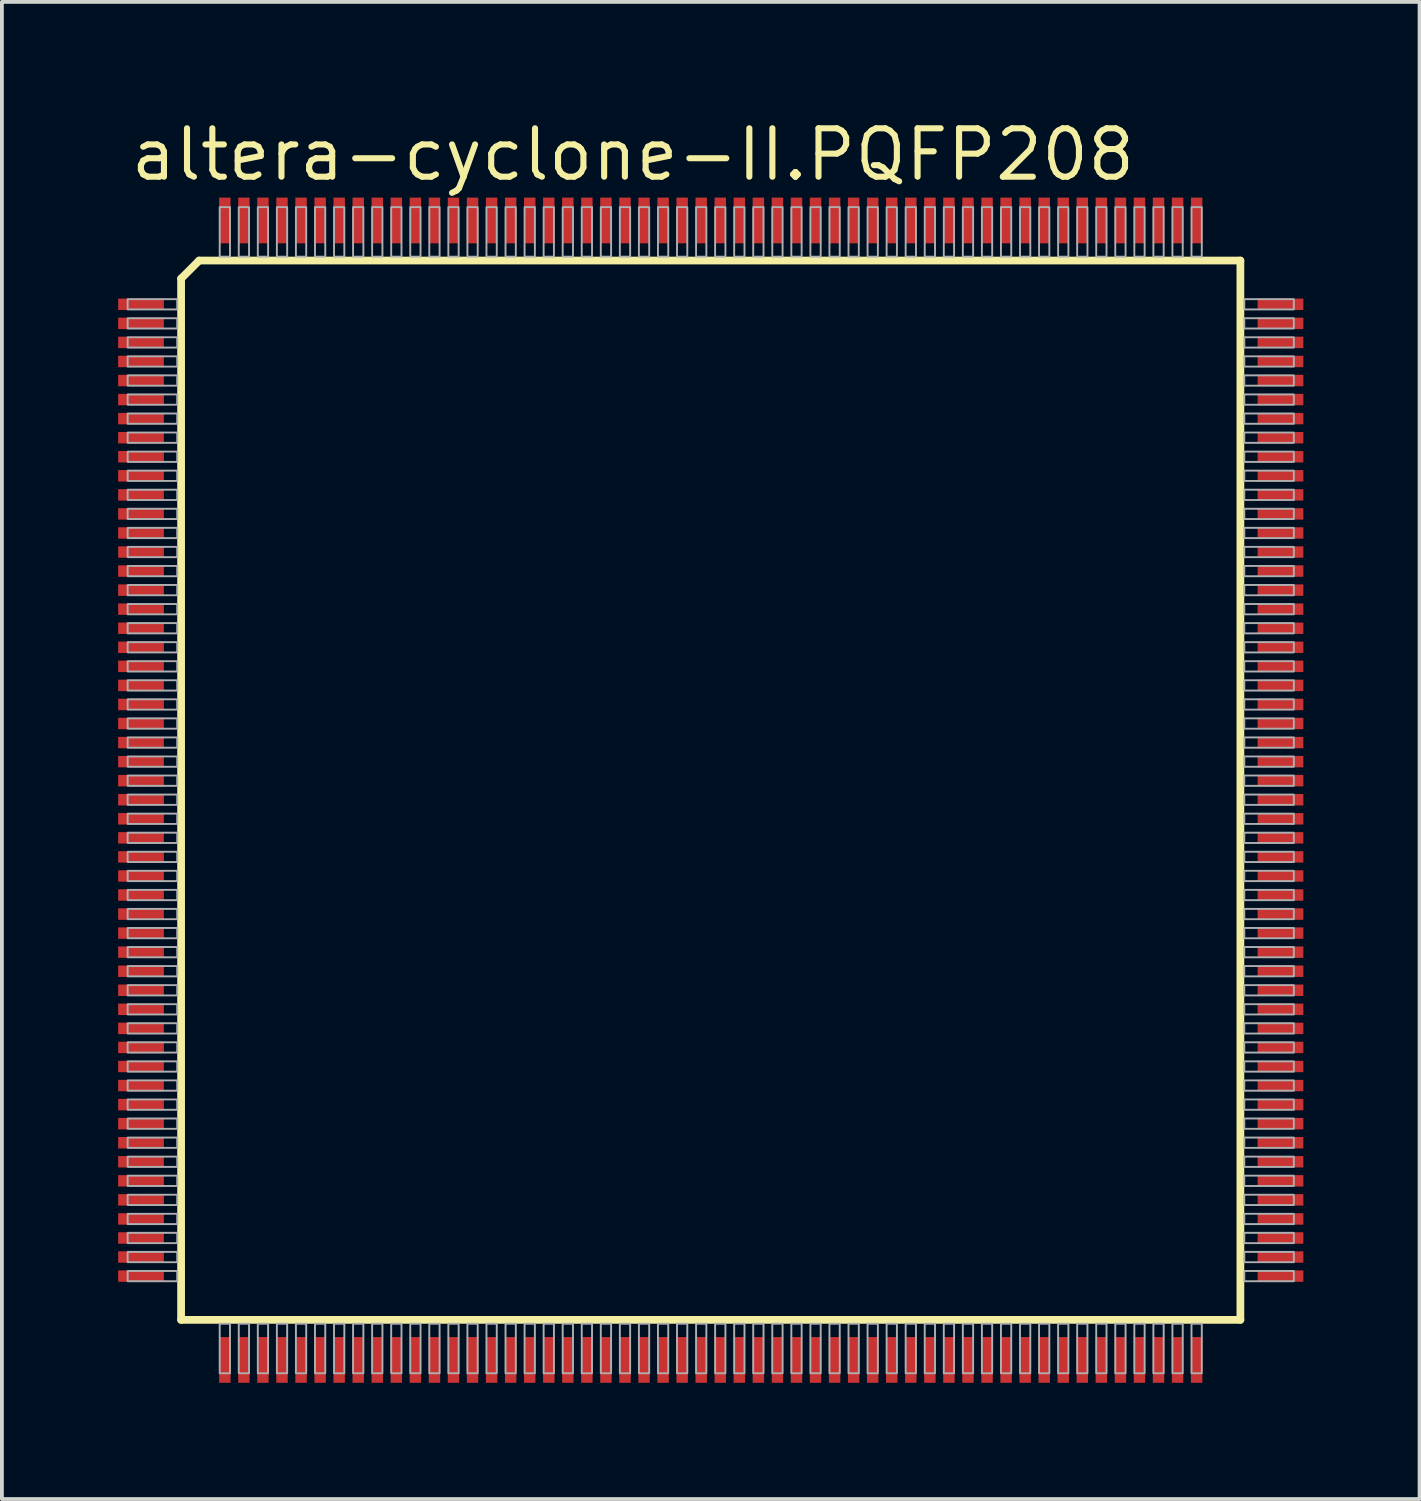
<source format=kicad_pcb>
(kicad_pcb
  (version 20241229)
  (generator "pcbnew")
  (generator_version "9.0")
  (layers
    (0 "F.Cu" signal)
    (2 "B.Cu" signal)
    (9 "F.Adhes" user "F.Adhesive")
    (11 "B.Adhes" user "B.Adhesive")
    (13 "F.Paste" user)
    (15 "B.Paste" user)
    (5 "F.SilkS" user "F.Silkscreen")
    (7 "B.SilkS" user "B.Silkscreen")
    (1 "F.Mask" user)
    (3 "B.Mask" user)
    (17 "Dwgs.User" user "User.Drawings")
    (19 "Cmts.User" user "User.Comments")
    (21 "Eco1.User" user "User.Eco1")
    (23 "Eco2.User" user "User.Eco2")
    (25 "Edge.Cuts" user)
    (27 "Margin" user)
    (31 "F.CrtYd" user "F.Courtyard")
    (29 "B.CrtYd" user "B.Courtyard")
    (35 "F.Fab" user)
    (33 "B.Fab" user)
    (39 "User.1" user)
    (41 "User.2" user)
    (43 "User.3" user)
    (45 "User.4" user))
  (footprint "altera-cyclone-II.PQFP208"
    (layer "F.Cu")
    (at 15.6 17.685)
    (property "Reference" "altera-cyclone-II.PQFP208" (at -15.3 -15.935 0) (layer "F.SilkS") (effects (font (size 1.27 1.27) (thickness 0.16)) (justify left bottom)))
    (attr smd)
    (fp_rect (start -15.575 -12.575) (end -14.325 -12.925) (stroke (width 0.05) (type default)) (fill yes) (layer "F.Mask"))
    (fp_rect (start -15.575 -12.075) (end -14.325 -12.425) (stroke (width 0.05) (type default)) (fill yes) (layer "F.Mask"))
    (fp_rect (start -15.575 -11.575) (end -14.325 -11.925) (stroke (width 0.05) (type default)) (fill yes) (layer "F.Mask"))
    (fp_rect (start -15.575 -11.075) (end -14.325 -11.425) (stroke (width 0.05) (type default)) (fill yes) (layer "F.Mask"))
    (fp_rect (start -15.575 -10.575) (end -14.325 -10.925) (stroke (width 0.05) (type default)) (fill yes) (layer "F.Mask"))
    (fp_rect (start -15.575 -10.075) (end -14.325 -10.425) (stroke (width 0.05) (type default)) (fill yes) (layer "F.Mask"))
    (fp_rect (start -15.575 -9.575) (end -14.325 -9.925) (stroke (width 0.05) (type default)) (fill yes) (layer "F.Mask"))
    (fp_rect (start -15.575 -9.075) (end -14.325 -9.425) (stroke (width 0.05) (type default)) (fill yes) (layer "F.Mask"))
    (fp_rect (start -15.575 -8.575) (end -14.325 -8.925) (stroke (width 0.05) (type default)) (fill yes) (layer "F.Mask"))
    (fp_rect (start -15.575 -8.075) (end -14.325 -8.425) (stroke (width 0.05) (type default)) (fill yes) (layer "F.Mask"))
    (fp_rect (start -15.575 -7.575) (end -14.325 -7.925) (stroke (width 0.05) (type default)) (fill yes) (layer "F.Mask"))
    (fp_rect (start -15.575 -7.075) (end -14.325 -7.425) (stroke (width 0.05) (type default)) (fill yes) (layer "F.Mask"))
    (fp_rect (start -15.575 -6.575) (end -14.325 -6.925) (stroke (width 0.05) (type default)) (fill yes) (layer "F.Mask"))
    (fp_rect (start -15.575 -6.075) (end -14.325 -6.425) (stroke (width 0.05) (type default)) (fill yes) (layer "F.Mask"))
    (fp_rect (start -15.575 -5.575) (end -14.325 -5.925) (stroke (width 0.05) (type default)) (fill yes) (layer "F.Mask"))
    (fp_rect (start -15.575 -5.075) (end -14.325 -5.425) (stroke (width 0.05) (type default)) (fill yes) (layer "F.Mask"))
    (fp_rect (start -15.575 -4.575) (end -14.325 -4.925) (stroke (width 0.05) (type default)) (fill yes) (layer "F.Mask"))
    (fp_rect (start -15.575 -4.075) (end -14.325 -4.425) (stroke (width 0.05) (type default)) (fill yes) (layer "F.Mask"))
    (fp_rect (start -15.575 -3.575) (end -14.325 -3.925) (stroke (width 0.05) (type default)) (fill yes) (layer "F.Mask"))
    (fp_rect (start -15.575 -3.075) (end -14.325 -3.425) (stroke (width 0.05) (type default)) (fill yes) (layer "F.Mask"))
    (fp_rect (start -15.575 -2.575) (end -14.325 -2.925) (stroke (width 0.05) (type default)) (fill yes) (layer "F.Mask"))
    (fp_rect (start -15.575 -2.075) (end -14.325 -2.425) (stroke (width 0.05) (type default)) (fill yes) (layer "F.Mask"))
    (fp_rect (start -15.575 -1.575) (end -14.325 -1.925) (stroke (width 0.05) (type default)) (fill yes) (layer "F.Mask"))
    (fp_rect (start -15.575 -1.075) (end -14.325 -1.425) (stroke (width 0.05) (type default)) (fill yes) (layer "F.Mask"))
    (fp_rect (start -15.575 -0.575) (end -14.325 -0.925) (stroke (width 0.05) (type default)) (fill yes) (layer "F.Mask"))
    (fp_rect (start -15.575 -0.075) (end -14.325 -0.425) (stroke (width 0.05) (type default)) (fill yes) (layer "F.Mask"))
    (fp_rect (start -15.575 0.425) (end -14.325 0.075) (stroke (width 0.05) (type default)) (fill yes) (layer "F.Mask"))
    (fp_rect (start -15.575 0.925) (end -14.325 0.575) (stroke (width 0.05) (type default)) (fill yes) (layer "F.Mask"))
    (fp_rect (start -15.575 1.425) (end -14.325 1.075) (stroke (width 0.05) (type default)) (fill yes) (layer "F.Mask"))
    (fp_rect (start -15.575 1.925) (end -14.325 1.575) (stroke (width 0.05) (type default)) (fill yes) (layer "F.Mask"))
    (fp_rect (start -15.575 2.425) (end -14.325 2.075) (stroke (width 0.05) (type default)) (fill yes) (layer "F.Mask"))
    (fp_rect (start -15.575 2.925) (end -14.325 2.575) (stroke (width 0.05) (type default)) (fill yes) (layer "F.Mask"))
    (fp_rect (start -15.575 3.425) (end -14.325 3.075) (stroke (width 0.05) (type default)) (fill yes) (layer "F.Mask"))
    (fp_rect (start -15.575 3.925) (end -14.325 3.575) (stroke (width 0.05) (type default)) (fill yes) (layer "F.Mask"))
    (fp_rect (start -15.575 4.425) (end -14.325 4.075) (stroke (width 0.05) (type default)) (fill yes) (layer "F.Mask"))
    (fp_rect (start -15.575 4.925) (end -14.325 4.575) (stroke (width 0.05) (type default)) (fill yes) (layer "F.Mask"))
    (fp_rect (start -15.575 5.425) (end -14.325 5.075) (stroke (width 0.05) (type default)) (fill yes) (layer "F.Mask"))
    (fp_rect (start -15.575 5.925) (end -14.325 5.575) (stroke (width 0.05) (type default)) (fill yes) (layer "F.Mask"))
    (fp_rect (start -15.575 6.425) (end -14.325 6.075) (stroke (width 0.05) (type default)) (fill yes) (layer "F.Mask"))
    (fp_rect (start -15.575 6.925) (end -14.325 6.575) (stroke (width 0.05) (type default)) (fill yes) (layer "F.Mask"))
    (fp_rect (start -15.575 7.425) (end -14.325 7.075) (stroke (width 0.05) (type default)) (fill yes) (layer "F.Mask"))
    (fp_rect (start -15.575 7.925) (end -14.325 7.575) (stroke (width 0.05) (type default)) (fill yes) (layer "F.Mask"))
    (fp_rect (start -15.575 8.425) (end -14.325 8.075) (stroke (width 0.05) (type default)) (fill yes) (layer "F.Mask"))
    (fp_rect (start -15.575 8.925) (end -14.325 8.575) (stroke (width 0.05) (type default)) (fill yes) (layer "F.Mask"))
    (fp_rect (start -15.575 9.425) (end -14.325 9.075) (stroke (width 0.05) (type default)) (fill yes) (layer "F.Mask"))
    (fp_rect (start -15.575 9.925) (end -14.325 9.575) (stroke (width 0.05) (type default)) (fill yes) (layer "F.Mask"))
    (fp_rect (start -15.575 10.425) (end -14.325 10.075) (stroke (width 0.05) (type default)) (fill yes) (layer "F.Mask"))
    (fp_rect (start -15.575 10.925) (end -14.325 10.575) (stroke (width 0.05) (type default)) (fill yes) (layer "F.Mask"))
    (fp_rect (start -15.575 11.425) (end -14.325 11.075) (stroke (width 0.05) (type default)) (fill yes) (layer "F.Mask"))
    (fp_rect (start -15.575 11.925) (end -14.325 11.575) (stroke (width 0.05) (type default)) (fill yes) (layer "F.Mask"))
    (fp_rect (start -15.575 12.425) (end -14.325 12.075) (stroke (width 0.05) (type default)) (fill yes) (layer "F.Mask"))
    (fp_rect (start -15.575 12.925) (end -14.325 12.575) (stroke (width 0.05) (type default)) (fill yes) (layer "F.Mask"))
    (fp_rect (start -12.925 -14.325) (end -12.575 -15.575) (stroke (width 0.05) (type default)) (fill yes) (layer "F.Mask"))
    (fp_rect (start -12.925 15.575) (end -12.575 14.325) (stroke (width 0.05) (type default)) (fill yes) (layer "F.Mask"))
    (fp_rect (start -12.425 -14.325) (end -12.075 -15.575) (stroke (width 0.05) (type default)) (fill yes) (layer "F.Mask"))
    (fp_rect (start -12.425 15.575) (end -12.075 14.325) (stroke (width 0.05) (type default)) (fill yes) (layer "F.Mask"))
    (fp_rect (start -11.925 -14.325) (end -11.575 -15.575) (stroke (width 0.05) (type default)) (fill yes) (layer "F.Mask"))
    (fp_rect (start -11.925 15.575) (end -11.575 14.325) (stroke (width 0.05) (type default)) (fill yes) (layer "F.Mask"))
    (fp_rect (start -11.425 -14.325) (end -11.075 -15.575) (stroke (width 0.05) (type default)) (fill yes) (layer "F.Mask"))
    (fp_rect (start -11.425 15.575) (end -11.075 14.325) (stroke (width 0.05) (type default)) (fill yes) (layer "F.Mask"))
    (fp_rect (start -10.925 -14.325) (end -10.575 -15.575) (stroke (width 0.05) (type default)) (fill yes) (layer "F.Mask"))
    (fp_rect (start -10.925 15.575) (end -10.575 14.325) (stroke (width 0.05) (type default)) (fill yes) (layer "F.Mask"))
    (fp_rect (start -10.425 -14.325) (end -10.075 -15.575) (stroke (width 0.05) (type default)) (fill yes) (layer "F.Mask"))
    (fp_rect (start -10.425 15.575) (end -10.075 14.325) (stroke (width 0.05) (type default)) (fill yes) (layer "F.Mask"))
    (fp_rect (start -9.925 -14.325) (end -9.575 -15.575) (stroke (width 0.05) (type default)) (fill yes) (layer "F.Mask"))
    (fp_rect (start -9.925 15.575) (end -9.575 14.325) (stroke (width 0.05) (type default)) (fill yes) (layer "F.Mask"))
    (fp_rect (start -9.425 -14.325) (end -9.075 -15.575) (stroke (width 0.05) (type default)) (fill yes) (layer "F.Mask"))
    (fp_rect (start -9.425 15.575) (end -9.075 14.325) (stroke (width 0.05) (type default)) (fill yes) (layer "F.Mask"))
    (fp_rect (start -8.925 -14.325) (end -8.575 -15.575) (stroke (width 0.05) (type default)) (fill yes) (layer "F.Mask"))
    (fp_rect (start -8.925 15.575) (end -8.575 14.325) (stroke (width 0.05) (type default)) (fill yes) (layer "F.Mask"))
    (fp_rect (start -8.425 -14.325) (end -8.075 -15.575) (stroke (width 0.05) (type default)) (fill yes) (layer "F.Mask"))
    (fp_rect (start -8.425 15.575) (end -8.075 14.325) (stroke (width 0.05) (type default)) (fill yes) (layer "F.Mask"))
    (fp_rect (start -7.925 -14.325) (end -7.575 -15.575) (stroke (width 0.05) (type default)) (fill yes) (layer "F.Mask"))
    (fp_rect (start -7.925 15.575) (end -7.575 14.325) (stroke (width 0.05) (type default)) (fill yes) (layer "F.Mask"))
    (fp_rect (start -7.425 -14.325) (end -7.075 -15.575) (stroke (width 0.05) (type default)) (fill yes) (layer "F.Mask"))
    (fp_rect (start -7.425 15.575) (end -7.075 14.325) (stroke (width 0.05) (type default)) (fill yes) (layer "F.Mask"))
    (fp_rect (start -6.925 -14.325) (end -6.575 -15.575) (stroke (width 0.05) (type default)) (fill yes) (layer "F.Mask"))
    (fp_rect (start -6.925 15.575) (end -6.575 14.325) (stroke (width 0.05) (type default)) (fill yes) (layer "F.Mask"))
    (fp_rect (start -6.425 -14.325) (end -6.075 -15.575) (stroke (width 0.05) (type default)) (fill yes) (layer "F.Mask"))
    (fp_rect (start -6.425 15.575) (end -6.075 14.325) (stroke (width 0.05) (type default)) (fill yes) (layer "F.Mask"))
    (fp_rect (start -5.925 -14.325) (end -5.575 -15.575) (stroke (width 0.05) (type default)) (fill yes) (layer "F.Mask"))
    (fp_rect (start -5.925 15.575) (end -5.575 14.325) (stroke (width 0.05) (type default)) (fill yes) (layer "F.Mask"))
    (fp_rect (start -5.425 -14.325) (end -5.075 -15.575) (stroke (width 0.05) (type default)) (fill yes) (layer "F.Mask"))
    (fp_rect (start -5.425 15.575) (end -5.075 14.325) (stroke (width 0.05) (type default)) (fill yes) (layer "F.Mask"))
    (fp_rect (start -4.925 -14.325) (end -4.575 -15.575) (stroke (width 0.05) (type default)) (fill yes) (layer "F.Mask"))
    (fp_rect (start -4.925 15.575) (end -4.575 14.325) (stroke (width 0.05) (type default)) (fill yes) (layer "F.Mask"))
    (fp_rect (start -4.425 -14.325) (end -4.075 -15.575) (stroke (width 0.05) (type default)) (fill yes) (layer "F.Mask"))
    (fp_rect (start -4.425 15.575) (end -4.075 14.325) (stroke (width 0.05) (type default)) (fill yes) (layer "F.Mask"))
    (fp_rect (start -3.925 -14.325) (end -3.575 -15.575) (stroke (width 0.05) (type default)) (fill yes) (layer "F.Mask"))
    (fp_rect (start -3.925 15.575) (end -3.575 14.325) (stroke (width 0.05) (type default)) (fill yes) (layer "F.Mask"))
    (fp_rect (start -3.425 -14.325) (end -3.075 -15.575) (stroke (width 0.05) (type default)) (fill yes) (layer "F.Mask"))
    (fp_rect (start -3.425 15.575) (end -3.075 14.325) (stroke (width 0.05) (type default)) (fill yes) (layer "F.Mask"))
    (fp_rect (start -2.925 -14.325) (end -2.575 -15.575) (stroke (width 0.05) (type default)) (fill yes) (layer "F.Mask"))
    (fp_rect (start -2.925 15.575) (end -2.575 14.325) (stroke (width 0.05) (type default)) (fill yes) (layer "F.Mask"))
    (fp_rect (start -2.425 -14.325) (end -2.075 -15.575) (stroke (width 0.05) (type default)) (fill yes) (layer "F.Mask"))
    (fp_rect (start -2.425 15.575) (end -2.075 14.325) (stroke (width 0.05) (type default)) (fill yes) (layer "F.Mask"))
    (fp_rect (start -1.925 -14.325) (end -1.575 -15.575) (stroke (width 0.05) (type default)) (fill yes) (layer "F.Mask"))
    (fp_rect (start -1.925 15.575) (end -1.575 14.325) (stroke (width 0.05) (type default)) (fill yes) (layer "F.Mask"))
    (fp_rect (start -1.425 -14.325) (end -1.075 -15.575) (stroke (width 0.05) (type default)) (fill yes) (layer "F.Mask"))
    (fp_rect (start -1.425 15.575) (end -1.075 14.325) (stroke (width 0.05) (type default)) (fill yes) (layer "F.Mask"))
    (fp_rect (start -0.925 -14.325) (end -0.575 -15.575) (stroke (width 0.05) (type default)) (fill yes) (layer "F.Mask"))
    (fp_rect (start -0.925 15.575) (end -0.575 14.325) (stroke (width 0.05) (type default)) (fill yes) (layer "F.Mask"))
    (fp_rect (start -0.425 -14.325) (end -0.075 -15.575) (stroke (width 0.05) (type default)) (fill yes) (layer "F.Mask"))
    (fp_rect (start -0.425 15.575) (end -0.075 14.325) (stroke (width 0.05) (type default)) (fill yes) (layer "F.Mask"))
    (fp_rect (start 0.075 -14.325) (end 0.425 -15.575) (stroke (width 0.05) (type default)) (fill yes) (layer "F.Mask"))
    (fp_rect (start 0.075 15.575) (end 0.425 14.325) (stroke (width 0.05) (type default)) (fill yes) (layer "F.Mask"))
    (fp_rect (start 0.575 -14.325) (end 0.925 -15.575) (stroke (width 0.05) (type default)) (fill yes) (layer "F.Mask"))
    (fp_rect (start 0.575 15.575) (end 0.925 14.325) (stroke (width 0.05) (type default)) (fill yes) (layer "F.Mask"))
    (fp_rect (start 1.075 -14.325) (end 1.425 -15.575) (stroke (width 0.05) (type default)) (fill yes) (layer "F.Mask"))
    (fp_rect (start 1.075 15.575) (end 1.425 14.325) (stroke (width 0.05) (type default)) (fill yes) (layer "F.Mask"))
    (fp_rect (start 1.575 -14.325) (end 1.925 -15.575) (stroke (width 0.05) (type default)) (fill yes) (layer "F.Mask"))
    (fp_rect (start 1.575 15.575) (end 1.925 14.325) (stroke (width 0.05) (type default)) (fill yes) (layer "F.Mask"))
    (fp_rect (start 2.075 -14.325) (end 2.425 -15.575) (stroke (width 0.05) (type default)) (fill yes) (layer "F.Mask"))
    (fp_rect (start 2.075 15.575) (end 2.425 14.325) (stroke (width 0.05) (type default)) (fill yes) (layer "F.Mask"))
    (fp_rect (start 2.575 -14.325) (end 2.925 -15.575) (stroke (width 0.05) (type default)) (fill yes) (layer "F.Mask"))
    (fp_rect (start 2.575 15.575) (end 2.925 14.325) (stroke (width 0.05) (type default)) (fill yes) (layer "F.Mask"))
    (fp_rect (start 3.075 -14.325) (end 3.425 -15.575) (stroke (width 0.05) (type default)) (fill yes) (layer "F.Mask"))
    (fp_rect (start 3.075 15.575) (end 3.425 14.325) (stroke (width 0.05) (type default)) (fill yes) (layer "F.Mask"))
    (fp_rect (start 3.575 -14.325) (end 3.925 -15.575) (stroke (width 0.05) (type default)) (fill yes) (layer "F.Mask"))
    (fp_rect (start 3.575 15.575) (end 3.925 14.325) (stroke (width 0.05) (type default)) (fill yes) (layer "F.Mask"))
    (fp_rect (start 4.075 -14.325) (end 4.425 -15.575) (stroke (width 0.05) (type default)) (fill yes) (layer "F.Mask"))
    (fp_rect (start 4.075 15.575) (end 4.425 14.325) (stroke (width 0.05) (type default)) (fill yes) (layer "F.Mask"))
    (fp_rect (start 4.575 -14.325) (end 4.925 -15.575) (stroke (width 0.05) (type default)) (fill yes) (layer "F.Mask"))
    (fp_rect (start 4.575 15.575) (end 4.925 14.325) (stroke (width 0.05) (type default)) (fill yes) (layer "F.Mask"))
    (fp_rect (start 5.075 -14.325) (end 5.425 -15.575) (stroke (width 0.05) (type default)) (fill yes) (layer "F.Mask"))
    (fp_rect (start 5.075 15.575) (end 5.425 14.325) (stroke (width 0.05) (type default)) (fill yes) (layer "F.Mask"))
    (fp_rect (start 5.575 -14.325) (end 5.925 -15.575) (stroke (width 0.05) (type default)) (fill yes) (layer "F.Mask"))
    (fp_rect (start 5.575 15.575) (end 5.925 14.325) (stroke (width 0.05) (type default)) (fill yes) (layer "F.Mask"))
    (fp_rect (start 6.075 -14.325) (end 6.425 -15.575) (stroke (width 0.05) (type default)) (fill yes) (layer "F.Mask"))
    (fp_rect (start 6.075 15.575) (end 6.425 14.325) (stroke (width 0.05) (type default)) (fill yes) (layer "F.Mask"))
    (fp_rect (start 6.575 -14.325) (end 6.925 -15.575) (stroke (width 0.05) (type default)) (fill yes) (layer "F.Mask"))
    (fp_rect (start 6.575 15.575) (end 6.925 14.325) (stroke (width 0.05) (type default)) (fill yes) (layer "F.Mask"))
    (fp_rect (start 7.075 -14.325) (end 7.425 -15.575) (stroke (width 0.05) (type default)) (fill yes) (layer "F.Mask"))
    (fp_rect (start 7.075 15.575) (end 7.425 14.325) (stroke (width 0.05) (type default)) (fill yes) (layer "F.Mask"))
    (fp_rect (start 7.575 -14.325) (end 7.925 -15.575) (stroke (width 0.05) (type default)) (fill yes) (layer "F.Mask"))
    (fp_rect (start 7.575 15.575) (end 7.925 14.325) (stroke (width 0.05) (type default)) (fill yes) (layer "F.Mask"))
    (fp_rect (start 8.075 -14.325) (end 8.425 -15.575) (stroke (width 0.05) (type default)) (fill yes) (layer "F.Mask"))
    (fp_rect (start 8.075 15.575) (end 8.425 14.325) (stroke (width 0.05) (type default)) (fill yes) (layer "F.Mask"))
    (fp_rect (start 8.575 -14.325) (end 8.925 -15.575) (stroke (width 0.05) (type default)) (fill yes) (layer "F.Mask"))
    (fp_rect (start 8.575 15.575) (end 8.925 14.325) (stroke (width 0.05) (type default)) (fill yes) (layer "F.Mask"))
    (fp_rect (start 9.075 -14.325) (end 9.425 -15.575) (stroke (width 0.05) (type default)) (fill yes) (layer "F.Mask"))
    (fp_rect (start 9.075 15.575) (end 9.425 14.325) (stroke (width 0.05) (type default)) (fill yes) (layer "F.Mask"))
    (fp_rect (start 9.575 -14.325) (end 9.925 -15.575) (stroke (width 0.05) (type default)) (fill yes) (layer "F.Mask"))
    (fp_rect (start 9.575 15.575) (end 9.925 14.325) (stroke (width 0.05) (type default)) (fill yes) (layer "F.Mask"))
    (fp_rect (start 10.075 -14.325) (end 10.425 -15.575) (stroke (width 0.05) (type default)) (fill yes) (layer "F.Mask"))
    (fp_rect (start 10.075 15.575) (end 10.425 14.325) (stroke (width 0.05) (type default)) (fill yes) (layer "F.Mask"))
    (fp_rect (start 10.575 -14.325) (end 10.925 -15.575) (stroke (width 0.05) (type default)) (fill yes) (layer "F.Mask"))
    (fp_rect (start 10.575 15.575) (end 10.925 14.325) (stroke (width 0.05) (type default)) (fill yes) (layer "F.Mask"))
    (fp_rect (start 11.075 -14.325) (end 11.425 -15.575) (stroke (width 0.05) (type default)) (fill yes) (layer "F.Mask"))
    (fp_rect (start 11.075 15.575) (end 11.425 14.325) (stroke (width 0.05) (type default)) (fill yes) (layer "F.Mask"))
    (fp_rect (start 11.575 -14.325) (end 11.925 -15.575) (stroke (width 0.05) (type default)) (fill yes) (layer "F.Mask"))
    (fp_rect (start 11.575 15.575) (end 11.925 14.325) (stroke (width 0.05) (type default)) (fill yes) (layer "F.Mask"))
    (fp_rect (start 12.075 -14.325) (end 12.425 -15.575) (stroke (width 0.05) (type default)) (fill yes) (layer "F.Mask"))
    (fp_rect (start 12.075 15.575) (end 12.425 14.325) (stroke (width 0.05) (type default)) (fill yes) (layer "F.Mask"))
    (fp_rect (start 12.575 -14.325) (end 12.925 -15.575) (stroke (width 0.05) (type default)) (fill yes) (layer "F.Mask"))
    (fp_rect (start 12.575 15.575) (end 12.925 14.325) (stroke (width 0.05) (type default)) (fill yes) (layer "F.Mask"))
    (fp_rect (start 14.325 -12.575) (end 15.575 -12.925) (stroke (width 0.05) (type default)) (fill yes) (layer "F.Mask"))
    (fp_rect (start 14.325 -12.075) (end 15.575 -12.425) (stroke (width 0.05) (type default)) (fill yes) (layer "F.Mask"))
    (fp_rect (start 14.325 -11.575) (end 15.575 -11.925) (stroke (width 0.05) (type default)) (fill yes) (layer "F.Mask"))
    (fp_rect (start 14.325 -11.075) (end 15.575 -11.425) (stroke (width 0.05) (type default)) (fill yes) (layer "F.Mask"))
    (fp_rect (start 14.325 -10.575) (end 15.575 -10.925) (stroke (width 0.05) (type default)) (fill yes) (layer "F.Mask"))
    (fp_rect (start 14.325 -10.075) (end 15.575 -10.425) (stroke (width 0.05) (type default)) (fill yes) (layer "F.Mask"))
    (fp_rect (start 14.325 -9.575) (end 15.575 -9.925) (stroke (width 0.05) (type default)) (fill yes) (layer "F.Mask"))
    (fp_rect (start 14.325 -9.075) (end 15.575 -9.425) (stroke (width 0.05) (type default)) (fill yes) (layer "F.Mask"))
    (fp_rect (start 14.325 -8.575) (end 15.575 -8.925) (stroke (width 0.05) (type default)) (fill yes) (layer "F.Mask"))
    (fp_rect (start 14.325 -8.075) (end 15.575 -8.425) (stroke (width 0.05) (type default)) (fill yes) (layer "F.Mask"))
    (fp_rect (start 14.325 -7.575) (end 15.575 -7.925) (stroke (width 0.05) (type default)) (fill yes) (layer "F.Mask"))
    (fp_rect (start 14.325 -7.075) (end 15.575 -7.425) (stroke (width 0.05) (type default)) (fill yes) (layer "F.Mask"))
    (fp_rect (start 14.325 -6.575) (end 15.575 -6.925) (stroke (width 0.05) (type default)) (fill yes) (layer "F.Mask"))
    (fp_rect (start 14.325 -6.075) (end 15.575 -6.425) (stroke (width 0.05) (type default)) (fill yes) (layer "F.Mask"))
    (fp_rect (start 14.325 -5.575) (end 15.575 -5.925) (stroke (width 0.05) (type default)) (fill yes) (layer "F.Mask"))
    (fp_rect (start 14.325 -5.075) (end 15.575 -5.425) (stroke (width 0.05) (type default)) (fill yes) (layer "F.Mask"))
    (fp_rect (start 14.325 -4.575) (end 15.575 -4.925) (stroke (width 0.05) (type default)) (fill yes) (layer "F.Mask"))
    (fp_rect (start 14.325 -4.075) (end 15.575 -4.425) (stroke (width 0.05) (type default)) (fill yes) (layer "F.Mask"))
    (fp_rect (start 14.325 -3.575) (end 15.575 -3.925) (stroke (width 0.05) (type default)) (fill yes) (layer "F.Mask"))
    (fp_rect (start 14.325 -3.075) (end 15.575 -3.425) (stroke (width 0.05) (type default)) (fill yes) (layer "F.Mask"))
    (fp_rect (start 14.325 -2.575) (end 15.575 -2.925) (stroke (width 0.05) (type default)) (fill yes) (layer "F.Mask"))
    (fp_rect (start 14.325 -2.075) (end 15.575 -2.425) (stroke (width 0.05) (type default)) (fill yes) (layer "F.Mask"))
    (fp_rect (start 14.325 -1.575) (end 15.575 -1.925) (stroke (width 0.05) (type default)) (fill yes) (layer "F.Mask"))
    (fp_rect (start 14.325 -1.075) (end 15.575 -1.425) (stroke (width 0.05) (type default)) (fill yes) (layer "F.Mask"))
    (fp_rect (start 14.325 -0.575) (end 15.575 -0.925) (stroke (width 0.05) (type default)) (fill yes) (layer "F.Mask"))
    (fp_rect (start 14.325 -0.075) (end 15.575 -0.425) (stroke (width 0.05) (type default)) (fill yes) (layer "F.Mask"))
    (fp_rect (start 14.325 0.425) (end 15.575 0.075) (stroke (width 0.05) (type default)) (fill yes) (layer "F.Mask"))
    (fp_rect (start 14.325 0.925) (end 15.575 0.575) (stroke (width 0.05) (type default)) (fill yes) (layer "F.Mask"))
    (fp_rect (start 14.325 1.425) (end 15.575 1.075) (stroke (width 0.05) (type default)) (fill yes) (layer "F.Mask"))
    (fp_rect (start 14.325 1.925) (end 15.575 1.575) (stroke (width 0.05) (type default)) (fill yes) (layer "F.Mask"))
    (fp_rect (start 14.325 2.425) (end 15.575 2.075) (stroke (width 0.05) (type default)) (fill yes) (layer "F.Mask"))
    (fp_rect (start 14.325 2.925) (end 15.575 2.575) (stroke (width 0.05) (type default)) (fill yes) (layer "F.Mask"))
    (fp_rect (start 14.325 3.425) (end 15.575 3.075) (stroke (width 0.05) (type default)) (fill yes) (layer "F.Mask"))
    (fp_rect (start 14.325 3.925) (end 15.575 3.575) (stroke (width 0.05) (type default)) (fill yes) (layer "F.Mask"))
    (fp_rect (start 14.325 4.425) (end 15.575 4.075) (stroke (width 0.05) (type default)) (fill yes) (layer "F.Mask"))
    (fp_rect (start 14.325 4.925) (end 15.575 4.575) (stroke (width 0.05) (type default)) (fill yes) (layer "F.Mask"))
    (fp_rect (start 14.325 5.425) (end 15.575 5.075) (stroke (width 0.05) (type default)) (fill yes) (layer "F.Mask"))
    (fp_rect (start 14.325 5.925) (end 15.575 5.575) (stroke (width 0.05) (type default)) (fill yes) (layer "F.Mask"))
    (fp_rect (start 14.325 6.425) (end 15.575 6.075) (stroke (width 0.05) (type default)) (fill yes) (layer "F.Mask"))
    (fp_rect (start 14.325 6.925) (end 15.575 6.575) (stroke (width 0.05) (type default)) (fill yes) (layer "F.Mask"))
    (fp_rect (start 14.325 7.425) (end 15.575 7.075) (stroke (width 0.05) (type default)) (fill yes) (layer "F.Mask"))
    (fp_rect (start 14.325 7.925) (end 15.575 7.575) (stroke (width 0.05) (type default)) (fill yes) (layer "F.Mask"))
    (fp_rect (start 14.325 8.425) (end 15.575 8.075) (stroke (width 0.05) (type default)) (fill yes) (layer "F.Mask"))
    (fp_rect (start 14.325 8.925) (end 15.575 8.575) (stroke (width 0.05) (type default)) (fill yes) (layer "F.Mask"))
    (fp_rect (start 14.325 9.425) (end 15.575 9.075) (stroke (width 0.05) (type default)) (fill yes) (layer "F.Mask"))
    (fp_rect (start 14.325 9.925) (end 15.575 9.575) (stroke (width 0.05) (type default)) (fill yes) (layer "F.Mask"))
    (fp_rect (start 14.325 10.425) (end 15.575 10.075) (stroke (width 0.05) (type default)) (fill yes) (layer "F.Mask"))
    (fp_rect (start 14.325 10.925) (end 15.575 10.575) (stroke (width 0.05) (type default)) (fill yes) (layer "F.Mask"))
    (fp_rect (start 14.325 11.425) (end 15.575 11.075) (stroke (width 0.05) (type default)) (fill yes) (layer "F.Mask"))
    (fp_rect (start 14.325 11.925) (end 15.575 11.575) (stroke (width 0.05) (type default)) (fill yes) (layer "F.Mask"))
    (fp_rect (start 14.325 12.425) (end 15.575 12.075) (stroke (width 0.05) (type default)) (fill yes) (layer "F.Mask"))
    (fp_rect (start 14.325 12.925) (end 15.575 12.575) (stroke (width 0.05) (type default)) (fill yes) (layer "F.Mask"))
    (fp_line (start -13.898 -13.425) (end -13.898 13.898) (stroke (width 0.203) (type default)) (layer "F.SilkS"))
    (fp_line (start -13.898 -13.425) (end -13.425 -13.898) (stroke (width 0.203) (type default)) (layer "F.SilkS"))
    (fp_line (start -13.898 13.898) (end 13.898 13.898) (stroke (width 0.203) (type default)) (layer "F.SilkS"))
    (fp_line (start 13.898 -13.898) (end -13.425 -13.898) (stroke (width 0.203) (type default)) (layer "F.SilkS"))
    (fp_line (start 13.898 13.898) (end 13.898 -13.898) (stroke (width 0.203) (type default)) (layer "F.SilkS"))
    (fp_rect (start -15.3 -12.615) (end -14 -12.885) (stroke (width 0.05) (type default)) (fill no) (layer "F.Fab"))
    (fp_rect (start -15.3 -12.115) (end -14 -12.385) (stroke (width 0.05) (type default)) (fill no) (layer "F.Fab"))
    (fp_rect (start -15.3 -11.615) (end -14 -11.885) (stroke (width 0.05) (type default)) (fill no) (layer "F.Fab"))
    (fp_rect (start -15.3 -11.115) (end -14 -11.385) (stroke (width 0.05) (type default)) (fill no) (layer "F.Fab"))
    (fp_rect (start -15.3 -10.615) (end -14 -10.885) (stroke (width 0.05) (type default)) (fill no) (layer "F.Fab"))
    (fp_rect (start -15.3 -10.115) (end -14 -10.385) (stroke (width 0.05) (type default)) (fill no) (layer "F.Fab"))
    (fp_rect (start -15.3 -9.615) (end -14 -9.885) (stroke (width 0.05) (type default)) (fill no) (layer "F.Fab"))
    (fp_rect (start -15.3 -9.115) (end -14 -9.385) (stroke (width 0.05) (type default)) (fill no) (layer "F.Fab"))
    (fp_rect (start -15.3 -8.615) (end -14 -8.885) (stroke (width 0.05) (type default)) (fill no) (layer "F.Fab"))
    (fp_rect (start -15.3 -8.115) (end -14 -8.385) (stroke (width 0.05) (type default)) (fill no) (layer "F.Fab"))
    (fp_rect (start -15.3 -7.615) (end -14 -7.885) (stroke (width 0.05) (type default)) (fill no) (layer "F.Fab"))
    (fp_rect (start -15.3 -7.115) (end -14 -7.385) (stroke (width 0.05) (type default)) (fill no) (layer "F.Fab"))
    (fp_rect (start -15.3 -6.615) (end -14 -6.885) (stroke (width 0.05) (type default)) (fill no) (layer "F.Fab"))
    (fp_rect (start -15.3 -6.115) (end -14 -6.385) (stroke (width 0.05) (type default)) (fill no) (layer "F.Fab"))
    (fp_rect (start -15.3 -5.615) (end -14 -5.885) (stroke (width 0.05) (type default)) (fill no) (layer "F.Fab"))
    (fp_rect (start -15.3 -5.115) (end -14 -5.385) (stroke (width 0.05) (type default)) (fill no) (layer "F.Fab"))
    (fp_rect (start -15.3 -4.615) (end -14 -4.885) (stroke (width 0.05) (type default)) (fill no) (layer "F.Fab"))
    (fp_rect (start -15.3 -4.115) (end -14 -4.385) (stroke (width 0.05) (type default)) (fill no) (layer "F.Fab"))
    (fp_rect (start -15.3 -3.615) (end -14 -3.885) (stroke (width 0.05) (type default)) (fill no) (layer "F.Fab"))
    (fp_rect (start -15.3 -3.115) (end -14 -3.385) (stroke (width 0.05) (type default)) (fill no) (layer "F.Fab"))
    (fp_rect (start -15.3 -2.615) (end -14 -2.885) (stroke (width 0.05) (type default)) (fill no) (layer "F.Fab"))
    (fp_rect (start -15.3 -2.115) (end -14 -2.385) (stroke (width 0.05) (type default)) (fill no) (layer "F.Fab"))
    (fp_rect (start -15.3 -1.615) (end -14 -1.885) (stroke (width 0.05) (type default)) (fill no) (layer "F.Fab"))
    (fp_rect (start -15.3 -1.115) (end -14 -1.385) (stroke (width 0.05) (type default)) (fill no) (layer "F.Fab"))
    (fp_rect (start -15.3 -0.615) (end -14 -0.885) (stroke (width 0.05) (type default)) (fill no) (layer "F.Fab"))
    (fp_rect (start -15.3 -0.115) (end -14 -0.385) (stroke (width 0.05) (type default)) (fill no) (layer "F.Fab"))
    (fp_rect (start -15.3 0.385) (end -14 0.115) (stroke (width 0.05) (type default)) (fill no) (layer "F.Fab"))
    (fp_rect (start -15.3 0.885) (end -14 0.615) (stroke (width 0.05) (type default)) (fill no) (layer "F.Fab"))
    (fp_rect (start -15.3 1.385) (end -14 1.115) (stroke (width 0.05) (type default)) (fill no) (layer "F.Fab"))
    (fp_rect (start -15.3 1.885) (end -14 1.615) (stroke (width 0.05) (type default)) (fill no) (layer "F.Fab"))
    (fp_rect (start -15.3 2.385) (end -14 2.115) (stroke (width 0.05) (type default)) (fill no) (layer "F.Fab"))
    (fp_rect (start -15.3 2.885) (end -14 2.615) (stroke (width 0.05) (type default)) (fill no) (layer "F.Fab"))
    (fp_rect (start -15.3 3.385) (end -14 3.115) (stroke (width 0.05) (type default)) (fill no) (layer "F.Fab"))
    (fp_rect (start -15.3 3.885) (end -14 3.615) (stroke (width 0.05) (type default)) (fill no) (layer "F.Fab"))
    (fp_rect (start -15.3 4.385) (end -14 4.115) (stroke (width 0.05) (type default)) (fill no) (layer "F.Fab"))
    (fp_rect (start -15.3 4.885) (end -14 4.615) (stroke (width 0.05) (type default)) (fill no) (layer "F.Fab"))
    (fp_rect (start -15.3 5.385) (end -14 5.115) (stroke (width 0.05) (type default)) (fill no) (layer "F.Fab"))
    (fp_rect (start -15.3 5.885) (end -14 5.615) (stroke (width 0.05) (type default)) (fill no) (layer "F.Fab"))
    (fp_rect (start -15.3 6.385) (end -14 6.115) (stroke (width 0.05) (type default)) (fill no) (layer "F.Fab"))
    (fp_rect (start -15.3 6.885) (end -14 6.615) (stroke (width 0.05) (type default)) (fill no) (layer "F.Fab"))
    (fp_rect (start -15.3 7.385) (end -14 7.115) (stroke (width 0.05) (type default)) (fill no) (layer "F.Fab"))
    (fp_rect (start -15.3 7.885) (end -14 7.615) (stroke (width 0.05) (type default)) (fill no) (layer "F.Fab"))
    (fp_rect (start -15.3 8.385) (end -14 8.115) (stroke (width 0.05) (type default)) (fill no) (layer "F.Fab"))
    (fp_rect (start -15.3 8.885) (end -14 8.615) (stroke (width 0.05) (type default)) (fill no) (layer "F.Fab"))
    (fp_rect (start -15.3 9.385) (end -14 9.115) (stroke (width 0.05) (type default)) (fill no) (layer "F.Fab"))
    (fp_rect (start -15.3 9.885) (end -14 9.615) (stroke (width 0.05) (type default)) (fill no) (layer "F.Fab"))
    (fp_rect (start -15.3 10.385) (end -14 10.115) (stroke (width 0.05) (type default)) (fill no) (layer "F.Fab"))
    (fp_rect (start -15.3 10.885) (end -14 10.615) (stroke (width 0.05) (type default)) (fill no) (layer "F.Fab"))
    (fp_rect (start -15.3 11.385) (end -14 11.115) (stroke (width 0.05) (type default)) (fill no) (layer "F.Fab"))
    (fp_rect (start -15.3 11.885) (end -14 11.615) (stroke (width 0.05) (type default)) (fill no) (layer "F.Fab"))
    (fp_rect (start -15.3 12.385) (end -14 12.115) (stroke (width 0.05) (type default)) (fill no) (layer "F.Fab"))
    (fp_rect (start -15.3 12.885) (end -14 12.615) (stroke (width 0.05) (type default)) (fill no) (layer "F.Fab"))
    (fp_rect (start -12.885 -14) (end -12.615 -15.3) (stroke (width 0.05) (type default)) (fill no) (layer "F.Fab"))
    (fp_rect (start -12.885 15.3) (end -12.615 14) (stroke (width 0.05) (type default)) (fill no) (layer "F.Fab"))
    (fp_rect (start -12.385 -14) (end -12.115 -15.3) (stroke (width 0.05) (type default)) (fill no) (layer "F.Fab"))
    (fp_rect (start -12.385 15.3) (end -12.115 14) (stroke (width 0.05) (type default)) (fill no) (layer "F.Fab"))
    (fp_rect (start -11.885 -14) (end -11.615 -15.3) (stroke (width 0.05) (type default)) (fill no) (layer "F.Fab"))
    (fp_rect (start -11.885 15.3) (end -11.615 14) (stroke (width 0.05) (type default)) (fill no) (layer "F.Fab"))
    (fp_rect (start -11.385 -14) (end -11.115 -15.3) (stroke (width 0.05) (type default)) (fill no) (layer "F.Fab"))
    (fp_rect (start -11.385 15.3) (end -11.115 14) (stroke (width 0.05) (type default)) (fill no) (layer "F.Fab"))
    (fp_rect (start -10.885 -14) (end -10.615 -15.3) (stroke (width 0.05) (type default)) (fill no) (layer "F.Fab"))
    (fp_rect (start -10.885 15.3) (end -10.615 14) (stroke (width 0.05) (type default)) (fill no) (layer "F.Fab"))
    (fp_rect (start -10.385 -14) (end -10.115 -15.3) (stroke (width 0.05) (type default)) (fill no) (layer "F.Fab"))
    (fp_rect (start -10.385 15.3) (end -10.115 14) (stroke (width 0.05) (type default)) (fill no) (layer "F.Fab"))
    (fp_rect (start -9.885 -14) (end -9.615 -15.3) (stroke (width 0.05) (type default)) (fill no) (layer "F.Fab"))
    (fp_rect (start -9.885 15.3) (end -9.615 14) (stroke (width 0.05) (type default)) (fill no) (layer "F.Fab"))
    (fp_rect (start -9.385 -14) (end -9.115 -15.3) (stroke (width 0.05) (type default)) (fill no) (layer "F.Fab"))
    (fp_rect (start -9.385 15.3) (end -9.115 14) (stroke (width 0.05) (type default)) (fill no) (layer "F.Fab"))
    (fp_rect (start -8.885 -14) (end -8.615 -15.3) (stroke (width 0.05) (type default)) (fill no) (layer "F.Fab"))
    (fp_rect (start -8.885 15.3) (end -8.615 14) (stroke (width 0.05) (type default)) (fill no) (layer "F.Fab"))
    (fp_rect (start -8.385 -14) (end -8.115 -15.3) (stroke (width 0.05) (type default)) (fill no) (layer "F.Fab"))
    (fp_rect (start -8.385 15.3) (end -8.115 14) (stroke (width 0.05) (type default)) (fill no) (layer "F.Fab"))
    (fp_rect (start -7.885 -14) (end -7.615 -15.3) (stroke (width 0.05) (type default)) (fill no) (layer "F.Fab"))
    (fp_rect (start -7.885 15.3) (end -7.615 14) (stroke (width 0.05) (type default)) (fill no) (layer "F.Fab"))
    (fp_rect (start -7.385 -14) (end -7.115 -15.3) (stroke (width 0.05) (type default)) (fill no) (layer "F.Fab"))
    (fp_rect (start -7.385 15.3) (end -7.115 14) (stroke (width 0.05) (type default)) (fill no) (layer "F.Fab"))
    (fp_rect (start -6.885 -14) (end -6.615 -15.3) (stroke (width 0.05) (type default)) (fill no) (layer "F.Fab"))
    (fp_rect (start -6.885 15.3) (end -6.615 14) (stroke (width 0.05) (type default)) (fill no) (layer "F.Fab"))
    (fp_rect (start -6.385 -14) (end -6.115 -15.3) (stroke (width 0.05) (type default)) (fill no) (layer "F.Fab"))
    (fp_rect (start -6.385 15.3) (end -6.115 14) (stroke (width 0.05) (type default)) (fill no) (layer "F.Fab"))
    (fp_rect (start -5.885 -14) (end -5.615 -15.3) (stroke (width 0.05) (type default)) (fill no) (layer "F.Fab"))
    (fp_rect (start -5.885 15.3) (end -5.615 14) (stroke (width 0.05) (type default)) (fill no) (layer "F.Fab"))
    (fp_rect (start -5.385 -14) (end -5.115 -15.3) (stroke (width 0.05) (type default)) (fill no) (layer "F.Fab"))
    (fp_rect (start -5.385 15.3) (end -5.115 14) (stroke (width 0.05) (type default)) (fill no) (layer "F.Fab"))
    (fp_rect (start -4.885 -14) (end -4.615 -15.3) (stroke (width 0.05) (type default)) (fill no) (layer "F.Fab"))
    (fp_rect (start -4.885 15.3) (end -4.615 14) (stroke (width 0.05) (type default)) (fill no) (layer "F.Fab"))
    (fp_rect (start -4.385 -14) (end -4.115 -15.3) (stroke (width 0.05) (type default)) (fill no) (layer "F.Fab"))
    (fp_rect (start -4.385 15.3) (end -4.115 14) (stroke (width 0.05) (type default)) (fill no) (layer "F.Fab"))
    (fp_rect (start -3.885 -14) (end -3.615 -15.3) (stroke (width 0.05) (type default)) (fill no) (layer "F.Fab"))
    (fp_rect (start -3.885 15.3) (end -3.615 14) (stroke (width 0.05) (type default)) (fill no) (layer "F.Fab"))
    (fp_rect (start -3.385 -14) (end -3.115 -15.3) (stroke (width 0.05) (type default)) (fill no) (layer "F.Fab"))
    (fp_rect (start -3.385 15.3) (end -3.115 14) (stroke (width 0.05) (type default)) (fill no) (layer "F.Fab"))
    (fp_rect (start -2.885 -14) (end -2.615 -15.3) (stroke (width 0.05) (type default)) (fill no) (layer "F.Fab"))
    (fp_rect (start -2.885 15.3) (end -2.615 14) (stroke (width 0.05) (type default)) (fill no) (layer "F.Fab"))
    (fp_rect (start -2.385 -14) (end -2.115 -15.3) (stroke (width 0.05) (type default)) (fill no) (layer "F.Fab"))
    (fp_rect (start -2.385 15.3) (end -2.115 14) (stroke (width 0.05) (type default)) (fill no) (layer "F.Fab"))
    (fp_rect (start -1.885 -14) (end -1.615 -15.3) (stroke (width 0.05) (type default)) (fill no) (layer "F.Fab"))
    (fp_rect (start -1.885 15.3) (end -1.615 14) (stroke (width 0.05) (type default)) (fill no) (layer "F.Fab"))
    (fp_rect (start -1.385 -14) (end -1.115 -15.3) (stroke (width 0.05) (type default)) (fill no) (layer "F.Fab"))
    (fp_rect (start -1.385 15.3) (end -1.115 14) (stroke (width 0.05) (type default)) (fill no) (layer "F.Fab"))
    (fp_rect (start -0.885 -14) (end -0.615 -15.3) (stroke (width 0.05) (type default)) (fill no) (layer "F.Fab"))
    (fp_rect (start -0.885 15.3) (end -0.615 14) (stroke (width 0.05) (type default)) (fill no) (layer "F.Fab"))
    (fp_rect (start -0.385 -14) (end -0.115 -15.3) (stroke (width 0.05) (type default)) (fill no) (layer "F.Fab"))
    (fp_rect (start -0.385 15.3) (end -0.115 14) (stroke (width 0.05) (type default)) (fill no) (layer "F.Fab"))
    (fp_rect (start 0.115 -14) (end 0.385 -15.3) (stroke (width 0.05) (type default)) (fill no) (layer "F.Fab"))
    (fp_rect (start 0.115 15.3) (end 0.385 14) (stroke (width 0.05) (type default)) (fill no) (layer "F.Fab"))
    (fp_rect (start 0.615 -14) (end 0.885 -15.3) (stroke (width 0.05) (type default)) (fill no) (layer "F.Fab"))
    (fp_rect (start 0.615 15.3) (end 0.885 14) (stroke (width 0.05) (type default)) (fill no) (layer "F.Fab"))
    (fp_rect (start 1.115 -14) (end 1.385 -15.3) (stroke (width 0.05) (type default)) (fill no) (layer "F.Fab"))
    (fp_rect (start 1.115 15.3) (end 1.385 14) (stroke (width 0.05) (type default)) (fill no) (layer "F.Fab"))
    (fp_rect (start 1.615 -14) (end 1.885 -15.3) (stroke (width 0.05) (type default)) (fill no) (layer "F.Fab"))
    (fp_rect (start 1.615 15.3) (end 1.885 14) (stroke (width 0.05) (type default)) (fill no) (layer "F.Fab"))
    (fp_rect (start 2.115 -14) (end 2.385 -15.3) (stroke (width 0.05) (type default)) (fill no) (layer "F.Fab"))
    (fp_rect (start 2.115 15.3) (end 2.385 14) (stroke (width 0.05) (type default)) (fill no) (layer "F.Fab"))
    (fp_rect (start 2.615 -14) (end 2.885 -15.3) (stroke (width 0.05) (type default)) (fill no) (layer "F.Fab"))
    (fp_rect (start 2.615 15.3) (end 2.885 14) (stroke (width 0.05) (type default)) (fill no) (layer "F.Fab"))
    (fp_rect (start 3.115 -14) (end 3.385 -15.3) (stroke (width 0.05) (type default)) (fill no) (layer "F.Fab"))
    (fp_rect (start 3.115 15.3) (end 3.385 14) (stroke (width 0.05) (type default)) (fill no) (layer "F.Fab"))
    (fp_rect (start 3.615 -14) (end 3.885 -15.3) (stroke (width 0.05) (type default)) (fill no) (layer "F.Fab"))
    (fp_rect (start 3.615 15.3) (end 3.885 14) (stroke (width 0.05) (type default)) (fill no) (layer "F.Fab"))
    (fp_rect (start 4.115 -14) (end 4.385 -15.3) (stroke (width 0.05) (type default)) (fill no) (layer "F.Fab"))
    (fp_rect (start 4.115 15.3) (end 4.385 14) (stroke (width 0.05) (type default)) (fill no) (layer "F.Fab"))
    (fp_rect (start 4.615 -14) (end 4.885 -15.3) (stroke (width 0.05) (type default)) (fill no) (layer "F.Fab"))
    (fp_rect (start 4.615 15.3) (end 4.885 14) (stroke (width 0.05) (type default)) (fill no) (layer "F.Fab"))
    (fp_rect (start 5.115 -14) (end 5.385 -15.3) (stroke (width 0.05) (type default)) (fill no) (layer "F.Fab"))
    (fp_rect (start 5.115 15.3) (end 5.385 14) (stroke (width 0.05) (type default)) (fill no) (layer "F.Fab"))
    (fp_rect (start 5.615 -14) (end 5.885 -15.3) (stroke (width 0.05) (type default)) (fill no) (layer "F.Fab"))
    (fp_rect (start 5.615 15.3) (end 5.885 14) (stroke (width 0.05) (type default)) (fill no) (layer "F.Fab"))
    (fp_rect (start 6.115 -14) (end 6.385 -15.3) (stroke (width 0.05) (type default)) (fill no) (layer "F.Fab"))
    (fp_rect (start 6.115 15.3) (end 6.385 14) (stroke (width 0.05) (type default)) (fill no) (layer "F.Fab"))
    (fp_rect (start 6.615 -14) (end 6.885 -15.3) (stroke (width 0.05) (type default)) (fill no) (layer "F.Fab"))
    (fp_rect (start 6.615 15.3) (end 6.885 14) (stroke (width 0.05) (type default)) (fill no) (layer "F.Fab"))
    (fp_rect (start 7.115 -14) (end 7.385 -15.3) (stroke (width 0.05) (type default)) (fill no) (layer "F.Fab"))
    (fp_rect (start 7.115 15.3) (end 7.385 14) (stroke (width 0.05) (type default)) (fill no) (layer "F.Fab"))
    (fp_rect (start 7.615 -14) (end 7.885 -15.3) (stroke (width 0.05) (type default)) (fill no) (layer "F.Fab"))
    (fp_rect (start 7.615 15.3) (end 7.885 14) (stroke (width 0.05) (type default)) (fill no) (layer "F.Fab"))
    (fp_rect (start 8.115 -14) (end 8.385 -15.3) (stroke (width 0.05) (type default)) (fill no) (layer "F.Fab"))
    (fp_rect (start 8.115 15.3) (end 8.385 14) (stroke (width 0.05) (type default)) (fill no) (layer "F.Fab"))
    (fp_rect (start 8.615 -14) (end 8.885 -15.3) (stroke (width 0.05) (type default)) (fill no) (layer "F.Fab"))
    (fp_rect (start 8.615 15.3) (end 8.885 14) (stroke (width 0.05) (type default)) (fill no) (layer "F.Fab"))
    (fp_rect (start 9.115 -14) (end 9.385 -15.3) (stroke (width 0.05) (type default)) (fill no) (layer "F.Fab"))
    (fp_rect (start 9.115 15.3) (end 9.385 14) (stroke (width 0.05) (type default)) (fill no) (layer "F.Fab"))
    (fp_rect (start 9.615 -14) (end 9.885 -15.3) (stroke (width 0.05) (type default)) (fill no) (layer "F.Fab"))
    (fp_rect (start 9.615 15.3) (end 9.885 14) (stroke (width 0.05) (type default)) (fill no) (layer "F.Fab"))
    (fp_rect (start 10.115 -14) (end 10.385 -15.3) (stroke (width 0.05) (type default)) (fill no) (layer "F.Fab"))
    (fp_rect (start 10.115 15.3) (end 10.385 14) (stroke (width 0.05) (type default)) (fill no) (layer "F.Fab"))
    (fp_rect (start 10.615 -14) (end 10.885 -15.3) (stroke (width 0.05) (type default)) (fill no) (layer "F.Fab"))
    (fp_rect (start 10.615 15.3) (end 10.885 14) (stroke (width 0.05) (type default)) (fill no) (layer "F.Fab"))
    (fp_rect (start 11.115 -14) (end 11.385 -15.3) (stroke (width 0.05) (type default)) (fill no) (layer "F.Fab"))
    (fp_rect (start 11.115 15.3) (end 11.385 14) (stroke (width 0.05) (type default)) (fill no) (layer "F.Fab"))
    (fp_rect (start 11.615 -14) (end 11.885 -15.3) (stroke (width 0.05) (type default)) (fill no) (layer "F.Fab"))
    (fp_rect (start 11.615 15.3) (end 11.885 14) (stroke (width 0.05) (type default)) (fill no) (layer "F.Fab"))
    (fp_rect (start 12.115 -14) (end 12.385 -15.3) (stroke (width 0.05) (type default)) (fill no) (layer "F.Fab"))
    (fp_rect (start 12.115 15.3) (end 12.385 14) (stroke (width 0.05) (type default)) (fill no) (layer "F.Fab"))
    (fp_rect (start 12.615 -14) (end 12.885 -15.3) (stroke (width 0.05) (type default)) (fill no) (layer "F.Fab"))
    (fp_rect (start 12.615 15.3) (end 12.885 14) (stroke (width 0.05) (type default)) (fill no) (layer "F.Fab"))
    (fp_rect (start 14 -12.615) (end 15.3 -12.885) (stroke (width 0.05) (type default)) (fill no) (layer "F.Fab"))
    (fp_rect (start 14 -12.115) (end 15.3 -12.385) (stroke (width 0.05) (type default)) (fill no) (layer "F.Fab"))
    (fp_rect (start 14 -11.615) (end 15.3 -11.885) (stroke (width 0.05) (type default)) (fill no) (layer "F.Fab"))
    (fp_rect (start 14 -11.115) (end 15.3 -11.385) (stroke (width 0.05) (type default)) (fill no) (layer "F.Fab"))
    (fp_rect (start 14 -10.615) (end 15.3 -10.885) (stroke (width 0.05) (type default)) (fill no) (layer "F.Fab"))
    (fp_rect (start 14 -10.115) (end 15.3 -10.385) (stroke (width 0.05) (type default)) (fill no) (layer "F.Fab"))
    (fp_rect (start 14 -9.615) (end 15.3 -9.885) (stroke (width 0.05) (type default)) (fill no) (layer "F.Fab"))
    (fp_rect (start 14 -9.115) (end 15.3 -9.385) (stroke (width 0.05) (type default)) (fill no) (layer "F.Fab"))
    (fp_rect (start 14 -8.615) (end 15.3 -8.885) (stroke (width 0.05) (type default)) (fill no) (layer "F.Fab"))
    (fp_rect (start 14 -8.115) (end 15.3 -8.385) (stroke (width 0.05) (type default)) (fill no) (layer "F.Fab"))
    (fp_rect (start 14 -7.615) (end 15.3 -7.885) (stroke (width 0.05) (type default)) (fill no) (layer "F.Fab"))
    (fp_rect (start 14 -7.115) (end 15.3 -7.385) (stroke (width 0.05) (type default)) (fill no) (layer "F.Fab"))
    (fp_rect (start 14 -6.615) (end 15.3 -6.885) (stroke (width 0.05) (type default)) (fill no) (layer "F.Fab"))
    (fp_rect (start 14 -6.115) (end 15.3 -6.385) (stroke (width 0.05) (type default)) (fill no) (layer "F.Fab"))
    (fp_rect (start 14 -5.615) (end 15.3 -5.885) (stroke (width 0.05) (type default)) (fill no) (layer "F.Fab"))
    (fp_rect (start 14 -5.115) (end 15.3 -5.385) (stroke (width 0.05) (type default)) (fill no) (layer "F.Fab"))
    (fp_rect (start 14 -4.615) (end 15.3 -4.885) (stroke (width 0.05) (type default)) (fill no) (layer "F.Fab"))
    (fp_rect (start 14 -4.115) (end 15.3 -4.385) (stroke (width 0.05) (type default)) (fill no) (layer "F.Fab"))
    (fp_rect (start 14 -3.615) (end 15.3 -3.885) (stroke (width 0.05) (type default)) (fill no) (layer "F.Fab"))
    (fp_rect (start 14 -3.115) (end 15.3 -3.385) (stroke (width 0.05) (type default)) (fill no) (layer "F.Fab"))
    (fp_rect (start 14 -2.615) (end 15.3 -2.885) (stroke (width 0.05) (type default)) (fill no) (layer "F.Fab"))
    (fp_rect (start 14 -2.115) (end 15.3 -2.385) (stroke (width 0.05) (type default)) (fill no) (layer "F.Fab"))
    (fp_rect (start 14 -1.615) (end 15.3 -1.885) (stroke (width 0.05) (type default)) (fill no) (layer "F.Fab"))
    (fp_rect (start 14 -1.115) (end 15.3 -1.385) (stroke (width 0.05) (type default)) (fill no) (layer "F.Fab"))
    (fp_rect (start 14 -0.615) (end 15.3 -0.885) (stroke (width 0.05) (type default)) (fill no) (layer "F.Fab"))
    (fp_rect (start 14 -0.115) (end 15.3 -0.385) (stroke (width 0.05) (type default)) (fill no) (layer "F.Fab"))
    (fp_rect (start 14 0.385) (end 15.3 0.115) (stroke (width 0.05) (type default)) (fill no) (layer "F.Fab"))
    (fp_rect (start 14 0.885) (end 15.3 0.615) (stroke (width 0.05) (type default)) (fill no) (layer "F.Fab"))
    (fp_rect (start 14 1.385) (end 15.3 1.115) (stroke (width 0.05) (type default)) (fill no) (layer "F.Fab"))
    (fp_rect (start 14 1.885) (end 15.3 1.615) (stroke (width 0.05) (type default)) (fill no) (layer "F.Fab"))
    (fp_rect (start 14 2.385) (end 15.3 2.115) (stroke (width 0.05) (type default)) (fill no) (layer "F.Fab"))
    (fp_rect (start 14 2.885) (end 15.3 2.615) (stroke (width 0.05) (type default)) (fill no) (layer "F.Fab"))
    (fp_rect (start 14 3.385) (end 15.3 3.115) (stroke (width 0.05) (type default)) (fill no) (layer "F.Fab"))
    (fp_rect (start 14 3.885) (end 15.3 3.615) (stroke (width 0.05) (type default)) (fill no) (layer "F.Fab"))
    (fp_rect (start 14 4.385) (end 15.3 4.115) (stroke (width 0.05) (type default)) (fill no) (layer "F.Fab"))
    (fp_rect (start 14 4.885) (end 15.3 4.615) (stroke (width 0.05) (type default)) (fill no) (layer "F.Fab"))
    (fp_rect (start 14 5.385) (end 15.3 5.115) (stroke (width 0.05) (type default)) (fill no) (layer "F.Fab"))
    (fp_rect (start 14 5.885) (end 15.3 5.615) (stroke (width 0.05) (type default)) (fill no) (layer "F.Fab"))
    (fp_rect (start 14 6.385) (end 15.3 6.115) (stroke (width 0.05) (type default)) (fill no) (layer "F.Fab"))
    (fp_rect (start 14 6.885) (end 15.3 6.615) (stroke (width 0.05) (type default)) (fill no) (layer "F.Fab"))
    (fp_rect (start 14 7.385) (end 15.3 7.115) (stroke (width 0.05) (type default)) (fill no) (layer "F.Fab"))
    (fp_rect (start 14 7.885) (end 15.3 7.615) (stroke (width 0.05) (type default)) (fill no) (layer "F.Fab"))
    (fp_rect (start 14 8.385) (end 15.3 8.115) (stroke (width 0.05) (type default)) (fill no) (layer "F.Fab"))
    (fp_rect (start 14 8.885) (end 15.3 8.615) (stroke (width 0.05) (type default)) (fill no) (layer "F.Fab"))
    (fp_rect (start 14 9.385) (end 15.3 9.115) (stroke (width 0.05) (type default)) (fill no) (layer "F.Fab"))
    (fp_rect (start 14 9.885) (end 15.3 9.615) (stroke (width 0.05) (type default)) (fill no) (layer "F.Fab"))
    (fp_rect (start 14 10.385) (end 15.3 10.115) (stroke (width 0.05) (type default)) (fill no) (layer "F.Fab"))
    (fp_rect (start 14 10.885) (end 15.3 10.615) (stroke (width 0.05) (type default)) (fill no) (layer "F.Fab"))
    (fp_rect (start 14 11.385) (end 15.3 11.115) (stroke (width 0.05) (type default)) (fill no) (layer "F.Fab"))
    (fp_rect (start 14 11.885) (end 15.3 11.615) (stroke (width 0.05) (type default)) (fill no) (layer "F.Fab"))
    (fp_rect (start 14 12.385) (end 15.3 12.115) (stroke (width 0.05) (type default)) (fill no) (layer "F.Fab"))
    (fp_rect (start 14 12.885) (end 15.3 12.615) (stroke (width 0.05) (type default)) (fill no) (layer "F.Fab"))
    (pad "1" smd roundrect (at -14.95 -12.75) (size 1.2 0.3) (layers "F.Cu" "F.Mask" "F.Paste") (roundrect_rratio 0.01))
    (pad "2" smd roundrect (at -14.95 -12.25) (size 1.2 0.3) (layers "F.Cu" "F.Mask" "F.Paste") (roundrect_rratio 0.01))
    (pad "3" smd roundrect (at -14.95 -11.75) (size 1.2 0.3) (layers "F.Cu" "F.Mask" "F.Paste") (roundrect_rratio 0.01))
    (pad "4" smd roundrect (at -14.95 -11.25) (size 1.2 0.3) (layers "F.Cu" "F.Mask" "F.Paste") (roundrect_rratio 0.01))
    (pad "5" smd roundrect (at -14.95 -10.75) (size 1.2 0.3) (layers "F.Cu" "F.Mask" "F.Paste") (roundrect_rratio 0.01))
    (pad "6" smd roundrect (at -14.95 -10.25) (size 1.2 0.3) (layers "F.Cu" "F.Mask" "F.Paste") (roundrect_rratio 0.01))
    (pad "7" smd roundrect (at -14.95 -9.75) (size 1.2 0.3) (layers "F.Cu" "F.Mask" "F.Paste") (roundrect_rratio 0.01))
    (pad "8" smd roundrect (at -14.95 -9.25) (size 1.2 0.3) (layers "F.Cu" "F.Mask" "F.Paste") (roundrect_rratio 0.01))
    (pad "9" smd roundrect (at -14.95 -8.75) (size 1.2 0.3) (layers "F.Cu" "F.Mask" "F.Paste") (roundrect_rratio 0.01))
    (pad "10" smd roundrect (at -14.95 -8.25) (size 1.2 0.3) (layers "F.Cu" "F.Mask" "F.Paste") (roundrect_rratio 0.01))
    (pad "11" smd roundrect (at -14.95 -7.75) (size 1.2 0.3) (layers "F.Cu" "F.Mask" "F.Paste") (roundrect_rratio 0.01))
    (pad "12" smd roundrect (at -14.95 -7.25) (size 1.2 0.3) (layers "F.Cu" "F.Mask" "F.Paste") (roundrect_rratio 0.01))
    (pad "13" smd roundrect (at -14.95 -6.75) (size 1.2 0.3) (layers "F.Cu" "F.Mask" "F.Paste") (roundrect_rratio 0.01))
    (pad "14" smd roundrect (at -14.95 -6.25) (size 1.2 0.3) (layers "F.Cu" "F.Mask" "F.Paste") (roundrect_rratio 0.01))
    (pad "15" smd roundrect (at -14.95 -5.75) (size 1.2 0.3) (layers "F.Cu" "F.Mask" "F.Paste") (roundrect_rratio 0.01))
    (pad "16" smd roundrect (at -14.95 -5.25) (size 1.2 0.3) (layers "F.Cu" "F.Mask" "F.Paste") (roundrect_rratio 0.01))
    (pad "17" smd roundrect (at -14.95 -4.75) (size 1.2 0.3) (layers "F.Cu" "F.Mask" "F.Paste") (roundrect_rratio 0.01))
    (pad "18" smd roundrect (at -14.95 -4.25) (size 1.2 0.3) (layers "F.Cu" "F.Mask" "F.Paste") (roundrect_rratio 0.01))
    (pad "19" smd roundrect (at -14.95 -3.75) (size 1.2 0.3) (layers "F.Cu" "F.Mask" "F.Paste") (roundrect_rratio 0.01))
    (pad "20" smd roundrect (at -14.95 -3.25) (size 1.2 0.3) (layers "F.Cu" "F.Mask" "F.Paste") (roundrect_rratio 0.01))
    (pad "21" smd roundrect (at -14.95 -2.75) (size 1.2 0.3) (layers "F.Cu" "F.Mask" "F.Paste") (roundrect_rratio 0.01))
    (pad "22" smd roundrect (at -14.95 -2.25) (size 1.2 0.3) (layers "F.Cu" "F.Mask" "F.Paste") (roundrect_rratio 0.01))
    (pad "23" smd roundrect (at -14.95 -1.75) (size 1.2 0.3) (layers "F.Cu" "F.Mask" "F.Paste") (roundrect_rratio 0.01))
    (pad "24" smd roundrect (at -14.95 -1.25) (size 1.2 0.3) (layers "F.Cu" "F.Mask" "F.Paste") (roundrect_rratio 0.01))
    (pad "25" smd roundrect (at -14.95 -0.75) (size 1.2 0.3) (layers "F.Cu" "F.Mask" "F.Paste") (roundrect_rratio 0.01))
    (pad "26" smd roundrect (at -14.95 -0.25) (size 1.2 0.3) (layers "F.Cu" "F.Mask" "F.Paste") (roundrect_rratio 0.01))
    (pad "27" smd roundrect (at -14.95 0.25) (size 1.2 0.3) (layers "F.Cu" "F.Mask" "F.Paste") (roundrect_rratio 0.01))
    (pad "28" smd roundrect (at -14.95 0.75) (size 1.2 0.3) (layers "F.Cu" "F.Mask" "F.Paste") (roundrect_rratio 0.01))
    (pad "29" smd roundrect (at -14.95 1.25) (size 1.2 0.3) (layers "F.Cu" "F.Mask" "F.Paste") (roundrect_rratio 0.01))
    (pad "30" smd roundrect (at -14.95 1.75) (size 1.2 0.3) (layers "F.Cu" "F.Mask" "F.Paste") (roundrect_rratio 0.01))
    (pad "31" smd roundrect (at -14.95 2.25) (size 1.2 0.3) (layers "F.Cu" "F.Mask" "F.Paste") (roundrect_rratio 0.01))
    (pad "32" smd roundrect (at -14.95 2.75) (size 1.2 0.3) (layers "F.Cu" "F.Mask" "F.Paste") (roundrect_rratio 0.01))
    (pad "33" smd roundrect (at -14.95 3.25) (size 1.2 0.3) (layers "F.Cu" "F.Mask" "F.Paste") (roundrect_rratio 0.01))
    (pad "34" smd roundrect (at -14.95 3.75) (size 1.2 0.3) (layers "F.Cu" "F.Mask" "F.Paste") (roundrect_rratio 0.01))
    (pad "35" smd roundrect (at -14.95 4.25) (size 1.2 0.3) (layers "F.Cu" "F.Mask" "F.Paste") (roundrect_rratio 0.01))
    (pad "36" smd roundrect (at -14.95 4.75) (size 1.2 0.3) (layers "F.Cu" "F.Mask" "F.Paste") (roundrect_rratio 0.01))
    (pad "37" smd roundrect (at -14.95 5.25) (size 1.2 0.3) (layers "F.Cu" "F.Mask" "F.Paste") (roundrect_rratio 0.01))
    (pad "38" smd roundrect (at -14.95 5.75) (size 1.2 0.3) (layers "F.Cu" "F.Mask" "F.Paste") (roundrect_rratio 0.01))
    (pad "39" smd roundrect (at -14.95 6.25) (size 1.2 0.3) (layers "F.Cu" "F.Mask" "F.Paste") (roundrect_rratio 0.01))
    (pad "40" smd roundrect (at -14.95 6.75) (size 1.2 0.3) (layers "F.Cu" "F.Mask" "F.Paste") (roundrect_rratio 0.01))
    (pad "41" smd roundrect (at -14.95 7.25) (size 1.2 0.3) (layers "F.Cu" "F.Mask" "F.Paste") (roundrect_rratio 0.01))
    (pad "42" smd roundrect (at -14.95 7.75) (size 1.2 0.3) (layers "F.Cu" "F.Mask" "F.Paste") (roundrect_rratio 0.01))
    (pad "43" smd roundrect (at -14.95 8.25) (size 1.2 0.3) (layers "F.Cu" "F.Mask" "F.Paste") (roundrect_rratio 0.01))
    (pad "44" smd roundrect (at -14.95 8.75) (size 1.2 0.3) (layers "F.Cu" "F.Mask" "F.Paste") (roundrect_rratio 0.01))
    (pad "45" smd roundrect (at -14.95 9.25) (size 1.2 0.3) (layers "F.Cu" "F.Mask" "F.Paste") (roundrect_rratio 0.01))
    (pad "46" smd roundrect (at -14.95 9.75) (size 1.2 0.3) (layers "F.Cu" "F.Mask" "F.Paste") (roundrect_rratio 0.01))
    (pad "47" smd roundrect (at -14.95 10.25) (size 1.2 0.3) (layers "F.Cu" "F.Mask" "F.Paste") (roundrect_rratio 0.01))
    (pad "48" smd roundrect (at -14.95 10.75) (size 1.2 0.3) (layers "F.Cu" "F.Mask" "F.Paste") (roundrect_rratio 0.01))
    (pad "49" smd roundrect (at -14.95 11.25) (size 1.2 0.3) (layers "F.Cu" "F.Mask" "F.Paste") (roundrect_rratio 0.01))
    (pad "50" smd roundrect (at -14.95 11.75) (size 1.2 0.3) (layers "F.Cu" "F.Mask" "F.Paste") (roundrect_rratio 0.01))
    (pad "51" smd roundrect (at -14.95 12.25) (size 1.2 0.3) (layers "F.Cu" "F.Mask" "F.Paste") (roundrect_rratio 0.01))
    (pad "52" smd roundrect (at -14.95 12.75) (size 1.2 0.3) (layers "F.Cu" "F.Mask" "F.Paste") (roundrect_rratio 0.01))
    (pad "53" smd roundrect (at -12.75 14.95) (size 0.3 1.2) (layers "F.Cu" "F.Mask" "F.Paste") (roundrect_rratio 0.01))
    (pad "54" smd roundrect (at -12.25 14.95) (size 0.3 1.2) (layers "F.Cu" "F.Mask" "F.Paste") (roundrect_rratio 0.01))
    (pad "55" smd roundrect (at -11.75 14.95) (size 0.3 1.2) (layers "F.Cu" "F.Mask" "F.Paste") (roundrect_rratio 0.01))
    (pad "56" smd roundrect (at -11.25 14.95) (size 0.3 1.2) (layers "F.Cu" "F.Mask" "F.Paste") (roundrect_rratio 0.01))
    (pad "57" smd roundrect (at -10.75 14.95) (size 0.3 1.2) (layers "F.Cu" "F.Mask" "F.Paste") (roundrect_rratio 0.01))
    (pad "58" smd roundrect (at -10.25 14.95) (size 0.3 1.2) (layers "F.Cu" "F.Mask" "F.Paste") (roundrect_rratio 0.01))
    (pad "59" smd roundrect (at -9.75 14.95) (size 0.3 1.2) (layers "F.Cu" "F.Mask" "F.Paste") (roundrect_rratio 0.01))
    (pad "60" smd roundrect (at -9.25 14.95) (size 0.3 1.2) (layers "F.Cu" "F.Mask" "F.Paste") (roundrect_rratio 0.01))
    (pad "61" smd roundrect (at -8.75 14.95) (size 0.3 1.2) (layers "F.Cu" "F.Mask" "F.Paste") (roundrect_rratio 0.01))
    (pad "62" smd roundrect (at -8.25 14.95) (size 0.3 1.2) (layers "F.Cu" "F.Mask" "F.Paste") (roundrect_rratio 0.01))
    (pad "63" smd roundrect (at -7.75 14.95) (size 0.3 1.2) (layers "F.Cu" "F.Mask" "F.Paste") (roundrect_rratio 0.01))
    (pad "64" smd roundrect (at -7.25 14.95) (size 0.3 1.2) (layers "F.Cu" "F.Mask" "F.Paste") (roundrect_rratio 0.01))
    (pad "65" smd roundrect (at -6.75 14.95) (size 0.3 1.2) (layers "F.Cu" "F.Mask" "F.Paste") (roundrect_rratio 0.01))
    (pad "66" smd roundrect (at -6.25 14.95) (size 0.3 1.2) (layers "F.Cu" "F.Mask" "F.Paste") (roundrect_rratio 0.01))
    (pad "67" smd roundrect (at -5.75 14.95) (size 0.3 1.2) (layers "F.Cu" "F.Mask" "F.Paste") (roundrect_rratio 0.01))
    (pad "68" smd roundrect (at -5.25 14.95) (size 0.3 1.2) (layers "F.Cu" "F.Mask" "F.Paste") (roundrect_rratio 0.01))
    (pad "69" smd roundrect (at -4.75 14.95) (size 0.3 1.2) (layers "F.Cu" "F.Mask" "F.Paste") (roundrect_rratio 0.01))
    (pad "70" smd roundrect (at -4.25 14.95) (size 0.3 1.2) (layers "F.Cu" "F.Mask" "F.Paste") (roundrect_rratio 0.01))
    (pad "71" smd roundrect (at -3.75 14.95) (size 0.3 1.2) (layers "F.Cu" "F.Mask" "F.Paste") (roundrect_rratio 0.01))
    (pad "72" smd roundrect (at -3.25 14.95) (size 0.3 1.2) (layers "F.Cu" "F.Mask" "F.Paste") (roundrect_rratio 0.01))
    (pad "73" smd roundrect (at -2.75 14.95) (size 0.3 1.2) (layers "F.Cu" "F.Mask" "F.Paste") (roundrect_rratio 0.01))
    (pad "74" smd roundrect (at -2.25 14.95) (size 0.3 1.2) (layers "F.Cu" "F.Mask" "F.Paste") (roundrect_rratio 0.01))
    (pad "75" smd roundrect (at -1.75 14.95) (size 0.3 1.2) (layers "F.Cu" "F.Mask" "F.Paste") (roundrect_rratio 0.01))
    (pad "76" smd roundrect (at -1.25 14.95) (size 0.3 1.2) (layers "F.Cu" "F.Mask" "F.Paste") (roundrect_rratio 0.01))
    (pad "77" smd roundrect (at -0.75 14.95) (size 0.3 1.2) (layers "F.Cu" "F.Mask" "F.Paste") (roundrect_rratio 0.01))
    (pad "78" smd roundrect (at -0.25 14.95) (size 0.3 1.2) (layers "F.Cu" "F.Mask" "F.Paste") (roundrect_rratio 0.01))
    (pad "79" smd roundrect (at 0.25 14.95) (size 0.3 1.2) (layers "F.Cu" "F.Mask" "F.Paste") (roundrect_rratio 0.01))
    (pad "80" smd roundrect (at 0.75 14.95) (size 0.3 1.2) (layers "F.Cu" "F.Mask" "F.Paste") (roundrect_rratio 0.01))
    (pad "81" smd roundrect (at 1.25 14.95) (size 0.3 1.2) (layers "F.Cu" "F.Mask" "F.Paste") (roundrect_rratio 0.01))
    (pad "82" smd roundrect (at 1.75 14.95) (size 0.3 1.2) (layers "F.Cu" "F.Mask" "F.Paste") (roundrect_rratio 0.01))
    (pad "83" smd roundrect (at 2.25 14.95) (size 0.3 1.2) (layers "F.Cu" "F.Mask" "F.Paste") (roundrect_rratio 0.01))
    (pad "84" smd roundrect (at 2.75 14.95) (size 0.3 1.2) (layers "F.Cu" "F.Mask" "F.Paste") (roundrect_rratio 0.01))
    (pad "85" smd roundrect (at 3.25 14.95) (size 0.3 1.2) (layers "F.Cu" "F.Mask" "F.Paste") (roundrect_rratio 0.01))
    (pad "86" smd roundrect (at 3.75 14.95) (size 0.3 1.2) (layers "F.Cu" "F.Mask" "F.Paste") (roundrect_rratio 0.01))
    (pad "87" smd roundrect (at 4.25 14.95) (size 0.3 1.2) (layers "F.Cu" "F.Mask" "F.Paste") (roundrect_rratio 0.01))
    (pad "88" smd roundrect (at 4.75 14.95) (size 0.3 1.2) (layers "F.Cu" "F.Mask" "F.Paste") (roundrect_rratio 0.01))
    (pad "89" smd roundrect (at 5.25 14.95) (size 0.3 1.2) (layers "F.Cu" "F.Mask" "F.Paste") (roundrect_rratio 0.01))
    (pad "90" smd roundrect (at 5.75 14.95) (size 0.3 1.2) (layers "F.Cu" "F.Mask" "F.Paste") (roundrect_rratio 0.01))
    (pad "91" smd roundrect (at 6.25 14.95) (size 0.3 1.2) (layers "F.Cu" "F.Mask" "F.Paste") (roundrect_rratio 0.01))
    (pad "92" smd roundrect (at 6.75 14.95) (size 0.3 1.2) (layers "F.Cu" "F.Mask" "F.Paste") (roundrect_rratio 0.01))
    (pad "93" smd roundrect (at 7.25 14.95) (size 0.3 1.2) (layers "F.Cu" "F.Mask" "F.Paste") (roundrect_rratio 0.01))
    (pad "94" smd roundrect (at 7.75 14.95) (size 0.3 1.2) (layers "F.Cu" "F.Mask" "F.Paste") (roundrect_rratio 0.01))
    (pad "95" smd roundrect (at 8.25 14.95) (size 0.3 1.2) (layers "F.Cu" "F.Mask" "F.Paste") (roundrect_rratio 0.01))
    (pad "96" smd roundrect (at 8.75 14.95) (size 0.3 1.2) (layers "F.Cu" "F.Mask" "F.Paste") (roundrect_rratio 0.01))
    (pad "97" smd roundrect (at 9.25 14.95) (size 0.3 1.2) (layers "F.Cu" "F.Mask" "F.Paste") (roundrect_rratio 0.01))
    (pad "98" smd roundrect (at 9.75 14.95) (size 0.3 1.2) (layers "F.Cu" "F.Mask" "F.Paste") (roundrect_rratio 0.01))
    (pad "99" smd roundrect (at 10.25 14.95) (size 0.3 1.2) (layers "F.Cu" "F.Mask" "F.Paste") (roundrect_rratio 0.01))
    (pad "100" smd roundrect (at 10.75 14.95) (size 0.3 1.2) (layers "F.Cu" "F.Mask" "F.Paste") (roundrect_rratio 0.01))
    (pad "101" smd roundrect (at 11.25 14.95) (size 0.3 1.2) (layers "F.Cu" "F.Mask" "F.Paste") (roundrect_rratio 0.01))
    (pad "102" smd roundrect (at 11.75 14.95) (size 0.3 1.2) (layers "F.Cu" "F.Mask" "F.Paste") (roundrect_rratio 0.01))
    (pad "103" smd roundrect (at 12.25 14.95) (size 0.3 1.2) (layers "F.Cu" "F.Mask" "F.Paste") (roundrect_rratio 0.01))
    (pad "104" smd roundrect (at 12.75 14.95) (size 0.3 1.2) (layers "F.Cu" "F.Mask" "F.Paste") (roundrect_rratio 0.01))
    (pad "105" smd roundrect (at 14.95 12.75) (size 1.2 0.3) (layers "F.Cu" "F.Mask" "F.Paste") (roundrect_rratio 0.01))
    (pad "106" smd roundrect (at 14.95 12.25) (size 1.2 0.3) (layers "F.Cu" "F.Mask" "F.Paste") (roundrect_rratio 0.01))
    (pad "107" smd roundrect (at 14.95 11.75) (size 1.2 0.3) (layers "F.Cu" "F.Mask" "F.Paste") (roundrect_rratio 0.01))
    (pad "108" smd roundrect (at 14.95 11.25) (size 1.2 0.3) (layers "F.Cu" "F.Mask" "F.Paste") (roundrect_rratio 0.01))
    (pad "109" smd roundrect (at 14.95 10.75) (size 1.2 0.3) (layers "F.Cu" "F.Mask" "F.Paste") (roundrect_rratio 0.01))
    (pad "110" smd roundrect (at 14.95 10.25) (size 1.2 0.3) (layers "F.Cu" "F.Mask" "F.Paste") (roundrect_rratio 0.01))
    (pad "111" smd roundrect (at 14.95 9.75) (size 1.2 0.3) (layers "F.Cu" "F.Mask" "F.Paste") (roundrect_rratio 0.01))
    (pad "112" smd roundrect (at 14.95 9.25) (size 1.2 0.3) (layers "F.Cu" "F.Mask" "F.Paste") (roundrect_rratio 0.01))
    (pad "113" smd roundrect (at 14.95 8.75) (size 1.2 0.3) (layers "F.Cu" "F.Mask" "F.Paste") (roundrect_rratio 0.01))
    (pad "114" smd roundrect (at 14.95 8.25) (size 1.2 0.3) (layers "F.Cu" "F.Mask" "F.Paste") (roundrect_rratio 0.01))
    (pad "115" smd roundrect (at 14.95 7.75) (size 1.2 0.3) (layers "F.Cu" "F.Mask" "F.Paste") (roundrect_rratio 0.01))
    (pad "116" smd roundrect (at 14.95 7.25) (size 1.2 0.3) (layers "F.Cu" "F.Mask" "F.Paste") (roundrect_rratio 0.01))
    (pad "117" smd roundrect (at 14.95 6.75) (size 1.2 0.3) (layers "F.Cu" "F.Mask" "F.Paste") (roundrect_rratio 0.01))
    (pad "118" smd roundrect (at 14.95 6.25) (size 1.2 0.3) (layers "F.Cu" "F.Mask" "F.Paste") (roundrect_rratio 0.01))
    (pad "119" smd roundrect (at 14.95 5.75) (size 1.2 0.3) (layers "F.Cu" "F.Mask" "F.Paste") (roundrect_rratio 0.01))
    (pad "120" smd roundrect (at 14.95 5.25) (size 1.2 0.3) (layers "F.Cu" "F.Mask" "F.Paste") (roundrect_rratio 0.01))
    (pad "121" smd roundrect (at 14.95 4.75) (size 1.2 0.3) (layers "F.Cu" "F.Mask" "F.Paste") (roundrect_rratio 0.01))
    (pad "122" smd roundrect (at 14.95 4.25) (size 1.2 0.3) (layers "F.Cu" "F.Mask" "F.Paste") (roundrect_rratio 0.01))
    (pad "123" smd roundrect (at 14.95 3.75) (size 1.2 0.3) (layers "F.Cu" "F.Mask" "F.Paste") (roundrect_rratio 0.01))
    (pad "124" smd roundrect (at 14.95 3.25) (size 1.2 0.3) (layers "F.Cu" "F.Mask" "F.Paste") (roundrect_rratio 0.01))
    (pad "125" smd roundrect (at 14.95 2.75) (size 1.2 0.3) (layers "F.Cu" "F.Mask" "F.Paste") (roundrect_rratio 0.01))
    (pad "126" smd roundrect (at 14.95 2.25) (size 1.2 0.3) (layers "F.Cu" "F.Mask" "F.Paste") (roundrect_rratio 0.01))
    (pad "127" smd roundrect (at 14.95 1.75) (size 1.2 0.3) (layers "F.Cu" "F.Mask" "F.Paste") (roundrect_rratio 0.01))
    (pad "128" smd roundrect (at 14.95 1.25) (size 1.2 0.3) (layers "F.Cu" "F.Mask" "F.Paste") (roundrect_rratio 0.01))
    (pad "129" smd roundrect (at 14.95 0.75) (size 1.2 0.3) (layers "F.Cu" "F.Mask" "F.Paste") (roundrect_rratio 0.01))
    (pad "130" smd roundrect (at 14.95 0.25) (size 1.2 0.3) (layers "F.Cu" "F.Mask" "F.Paste") (roundrect_rratio 0.01))
    (pad "131" smd roundrect (at 14.95 -0.25) (size 1.2 0.3) (layers "F.Cu" "F.Mask" "F.Paste") (roundrect_rratio 0.01))
    (pad "132" smd roundrect (at 14.95 -0.75) (size 1.2 0.3) (layers "F.Cu" "F.Mask" "F.Paste") (roundrect_rratio 0.01))
    (pad "133" smd roundrect (at 14.95 -1.25) (size 1.2 0.3) (layers "F.Cu" "F.Mask" "F.Paste") (roundrect_rratio 0.01))
    (pad "134" smd roundrect (at 14.95 -1.75) (size 1.2 0.3) (layers "F.Cu" "F.Mask" "F.Paste") (roundrect_rratio 0.01))
    (pad "135" smd roundrect (at 14.95 -2.25) (size 1.2 0.3) (layers "F.Cu" "F.Mask" "F.Paste") (roundrect_rratio 0.01))
    (pad "136" smd roundrect (at 14.95 -2.75) (size 1.2 0.3) (layers "F.Cu" "F.Mask" "F.Paste") (roundrect_rratio 0.01))
    (pad "137" smd roundrect (at 14.95 -3.25) (size 1.2 0.3) (layers "F.Cu" "F.Mask" "F.Paste") (roundrect_rratio 0.01))
    (pad "138" smd roundrect (at 14.95 -3.75) (size 1.2 0.3) (layers "F.Cu" "F.Mask" "F.Paste") (roundrect_rratio 0.01))
    (pad "139" smd roundrect (at 14.95 -4.25) (size 1.2 0.3) (layers "F.Cu" "F.Mask" "F.Paste") (roundrect_rratio 0.01))
    (pad "140" smd roundrect (at 14.95 -4.75) (size 1.2 0.3) (layers "F.Cu" "F.Mask" "F.Paste") (roundrect_rratio 0.01))
    (pad "141" smd roundrect (at 14.95 -5.25) (size 1.2 0.3) (layers "F.Cu" "F.Mask" "F.Paste") (roundrect_rratio 0.01))
    (pad "142" smd roundrect (at 14.95 -5.75) (size 1.2 0.3) (layers "F.Cu" "F.Mask" "F.Paste") (roundrect_rratio 0.01))
    (pad "143" smd roundrect (at 14.95 -6.25) (size 1.2 0.3) (layers "F.Cu" "F.Mask" "F.Paste") (roundrect_rratio 0.01))
    (pad "144" smd roundrect (at 14.95 -6.75) (size 1.2 0.3) (layers "F.Cu" "F.Mask" "F.Paste") (roundrect_rratio 0.01))
    (pad "145" smd roundrect (at 14.95 -7.25) (size 1.2 0.3) (layers "F.Cu" "F.Mask" "F.Paste") (roundrect_rratio 0.01))
    (pad "146" smd roundrect (at 14.95 -7.75) (size 1.2 0.3) (layers "F.Cu" "F.Mask" "F.Paste") (roundrect_rratio 0.01))
    (pad "147" smd roundrect (at 14.95 -8.25) (size 1.2 0.3) (layers "F.Cu" "F.Mask" "F.Paste") (roundrect_rratio 0.01))
    (pad "148" smd roundrect (at 14.95 -8.75) (size 1.2 0.3) (layers "F.Cu" "F.Mask" "F.Paste") (roundrect_rratio 0.01))
    (pad "149" smd roundrect (at 14.95 -9.25) (size 1.2 0.3) (layers "F.Cu" "F.Mask" "F.Paste") (roundrect_rratio 0.01))
    (pad "150" smd roundrect (at 14.95 -9.75) (size 1.2 0.3) (layers "F.Cu" "F.Mask" "F.Paste") (roundrect_rratio 0.01))
    (pad "151" smd roundrect (at 14.95 -10.25) (size 1.2 0.3) (layers "F.Cu" "F.Mask" "F.Paste") (roundrect_rratio 0.01))
    (pad "152" smd roundrect (at 14.95 -10.75) (size 1.2 0.3) (layers "F.Cu" "F.Mask" "F.Paste") (roundrect_rratio 0.01))
    (pad "153" smd roundrect (at 14.95 -11.25) (size 1.2 0.3) (layers "F.Cu" "F.Mask" "F.Paste") (roundrect_rratio 0.01))
    (pad "154" smd roundrect (at 14.95 -11.75) (size 1.2 0.3) (layers "F.Cu" "F.Mask" "F.Paste") (roundrect_rratio 0.01))
    (pad "155" smd roundrect (at 14.95 -12.25) (size 1.2 0.3) (layers "F.Cu" "F.Mask" "F.Paste") (roundrect_rratio 0.01))
    (pad "156" smd roundrect (at 14.95 -12.75) (size 1.2 0.3) (layers "F.Cu" "F.Mask" "F.Paste") (roundrect_rratio 0.01))
    (pad "157" smd roundrect (at 12.75 -14.95) (size 0.3 1.2) (layers "F.Cu" "F.Mask" "F.Paste") (roundrect_rratio 0.01))
    (pad "158" smd roundrect (at 12.25 -14.95) (size 0.3 1.2) (layers "F.Cu" "F.Mask" "F.Paste") (roundrect_rratio 0.01))
    (pad "159" smd roundrect (at 11.75 -14.95) (size 0.3 1.2) (layers "F.Cu" "F.Mask" "F.Paste") (roundrect_rratio 0.01))
    (pad "160" smd roundrect (at 11.25 -14.95) (size 0.3 1.2) (layers "F.Cu" "F.Mask" "F.Paste") (roundrect_rratio 0.01))
    (pad "161" smd roundrect (at 10.75 -14.95) (size 0.3 1.2) (layers "F.Cu" "F.Mask" "F.Paste") (roundrect_rratio 0.01))
    (pad "162" smd roundrect (at 10.25 -14.95) (size 0.3 1.2) (layers "F.Cu" "F.Mask" "F.Paste") (roundrect_rratio 0.01))
    (pad "163" smd roundrect (at 9.75 -14.95) (size 0.3 1.2) (layers "F.Cu" "F.Mask" "F.Paste") (roundrect_rratio 0.01))
    (pad "164" smd roundrect (at 9.25 -14.95) (size 0.3 1.2) (layers "F.Cu" "F.Mask" "F.Paste") (roundrect_rratio 0.01))
    (pad "165" smd roundrect (at 8.75 -14.95) (size 0.3 1.2) (layers "F.Cu" "F.Mask" "F.Paste") (roundrect_rratio 0.01))
    (pad "166" smd roundrect (at 8.25 -14.95) (size 0.3 1.2) (layers "F.Cu" "F.Mask" "F.Paste") (roundrect_rratio 0.01))
    (pad "167" smd roundrect (at 7.75 -14.95) (size 0.3 1.2) (layers "F.Cu" "F.Mask" "F.Paste") (roundrect_rratio 0.01))
    (pad "168" smd roundrect (at 7.25 -14.95) (size 0.3 1.2) (layers "F.Cu" "F.Mask" "F.Paste") (roundrect_rratio 0.01))
    (pad "169" smd roundrect (at 6.75 -14.95) (size 0.3 1.2) (layers "F.Cu" "F.Mask" "F.Paste") (roundrect_rratio 0.01))
    (pad "170" smd roundrect (at 6.25 -14.95) (size 0.3 1.2) (layers "F.Cu" "F.Mask" "F.Paste") (roundrect_rratio 0.01))
    (pad "171" smd roundrect (at 5.75 -14.95) (size 0.3 1.2) (layers "F.Cu" "F.Mask" "F.Paste") (roundrect_rratio 0.01))
    (pad "172" smd roundrect (at 5.25 -14.95) (size 0.3 1.2) (layers "F.Cu" "F.Mask" "F.Paste") (roundrect_rratio 0.01))
    (pad "173" smd roundrect (at 4.75 -14.95) (size 0.3 1.2) (layers "F.Cu" "F.Mask" "F.Paste") (roundrect_rratio 0.01))
    (pad "174" smd roundrect (at 4.25 -14.95) (size 0.3 1.2) (layers "F.Cu" "F.Mask" "F.Paste") (roundrect_rratio 0.01))
    (pad "175" smd roundrect (at 3.75 -14.95) (size 0.3 1.2) (layers "F.Cu" "F.Mask" "F.Paste") (roundrect_rratio 0.01))
    (pad "176" smd roundrect (at 3.25 -14.95) (size 0.3 1.2) (layers "F.Cu" "F.Mask" "F.Paste") (roundrect_rratio 0.01))
    (pad "177" smd roundrect (at 2.75 -14.95) (size 0.3 1.2) (layers "F.Cu" "F.Mask" "F.Paste") (roundrect_rratio 0.01))
    (pad "178" smd roundrect (at 2.25 -14.95) (size 0.3 1.2) (layers "F.Cu" "F.Mask" "F.Paste") (roundrect_rratio 0.01))
    (pad "179" smd roundrect (at 1.75 -14.95) (size 0.3 1.2) (layers "F.Cu" "F.Mask" "F.Paste") (roundrect_rratio 0.01))
    (pad "180" smd roundrect (at 1.25 -14.95) (size 0.3 1.2) (layers "F.Cu" "F.Mask" "F.Paste") (roundrect_rratio 0.01))
    (pad "181" smd roundrect (at 0.75 -14.95) (size 0.3 1.2) (layers "F.Cu" "F.Mask" "F.Paste") (roundrect_rratio 0.01))
    (pad "182" smd roundrect (at 0.25 -14.95) (size 0.3 1.2) (layers "F.Cu" "F.Mask" "F.Paste") (roundrect_rratio 0.01))
    (pad "183" smd roundrect (at -0.25 -14.95) (size 0.3 1.2) (layers "F.Cu" "F.Mask" "F.Paste") (roundrect_rratio 0.01))
    (pad "184" smd roundrect (at -0.75 -14.95) (size 0.3 1.2) (layers "F.Cu" "F.Mask" "F.Paste") (roundrect_rratio 0.01))
    (pad "185" smd roundrect (at -1.25 -14.95) (size 0.3 1.2) (layers "F.Cu" "F.Mask" "F.Paste") (roundrect_rratio 0.01))
    (pad "186" smd roundrect (at -1.75 -14.95) (size 0.3 1.2) (layers "F.Cu" "F.Mask" "F.Paste") (roundrect_rratio 0.01))
    (pad "187" smd roundrect (at -2.25 -14.95) (size 0.3 1.2) (layers "F.Cu" "F.Mask" "F.Paste") (roundrect_rratio 0.01))
    (pad "188" smd roundrect (at -2.75 -14.95) (size 0.3 1.2) (layers "F.Cu" "F.Mask" "F.Paste") (roundrect_rratio 0.01))
    (pad "189" smd roundrect (at -3.25 -14.95) (size 0.3 1.2) (layers "F.Cu" "F.Mask" "F.Paste") (roundrect_rratio 0.01))
    (pad "190" smd roundrect (at -3.75 -14.95) (size 0.3 1.2) (layers "F.Cu" "F.Mask" "F.Paste") (roundrect_rratio 0.01))
    (pad "191" smd roundrect (at -4.25 -14.95) (size 0.3 1.2) (layers "F.Cu" "F.Mask" "F.Paste") (roundrect_rratio 0.01))
    (pad "192" smd roundrect (at -4.75 -14.95) (size 0.3 1.2) (layers "F.Cu" "F.Mask" "F.Paste") (roundrect_rratio 0.01))
    (pad "193" smd roundrect (at -5.25 -14.95) (size 0.3 1.2) (layers "F.Cu" "F.Mask" "F.Paste") (roundrect_rratio 0.01))
    (pad "194" smd roundrect (at -5.75 -14.95) (size 0.3 1.2) (layers "F.Cu" "F.Mask" "F.Paste") (roundrect_rratio 0.01))
    (pad "195" smd roundrect (at -6.25 -14.95) (size 0.3 1.2) (layers "F.Cu" "F.Mask" "F.Paste") (roundrect_rratio 0.01))
    (pad "196" smd roundrect (at -6.75 -14.95) (size 0.3 1.2) (layers "F.Cu" "F.Mask" "F.Paste") (roundrect_rratio 0.01))
    (pad "197" smd roundrect (at -7.25 -14.95) (size 0.3 1.2) (layers "F.Cu" "F.Mask" "F.Paste") (roundrect_rratio 0.01))
    (pad "198" smd roundrect (at -7.75 -14.95) (size 0.3 1.2) (layers "F.Cu" "F.Mask" "F.Paste") (roundrect_rratio 0.01))
    (pad "199" smd roundrect (at -8.25 -14.95) (size 0.3 1.2) (layers "F.Cu" "F.Mask" "F.Paste") (roundrect_rratio 0.01))
    (pad "200" smd roundrect (at -8.75 -14.95) (size 0.3 1.2) (layers "F.Cu" "F.Mask" "F.Paste") (roundrect_rratio 0.01))
    (pad "201" smd roundrect (at -9.25 -14.95) (size 0.3 1.2) (layers "F.Cu" "F.Mask" "F.Paste") (roundrect_rratio 0.01))
    (pad "202" smd roundrect (at -9.75 -14.95) (size 0.3 1.2) (layers "F.Cu" "F.Mask" "F.Paste") (roundrect_rratio 0.01))
    (pad "203" smd roundrect (at -10.25 -14.95) (size 0.3 1.2) (layers "F.Cu" "F.Mask" "F.Paste") (roundrect_rratio 0.01))
    (pad "204" smd roundrect (at -10.75 -14.95) (size 0.3 1.2) (layers "F.Cu" "F.Mask" "F.Paste") (roundrect_rratio 0.01))
    (pad "205" smd roundrect (at -11.25 -14.95) (size 0.3 1.2) (layers "F.Cu" "F.Mask" "F.Paste") (roundrect_rratio 0.01))
    (pad "206" smd roundrect (at -11.75 -14.95) (size 0.3 1.2) (layers "F.Cu" "F.Mask" "F.Paste") (roundrect_rratio 0.01))
    (pad "207" smd roundrect (at -12.25 -14.95) (size 0.3 1.2) (layers "F.Cu" "F.Mask" "F.Paste") (roundrect_rratio 0.01))
    (pad "208" smd roundrect (at -12.75 -14.95) (size 0.3 1.2) (layers "F.Cu" "F.Mask" "F.Paste") (roundrect_rratio 0.01)))
  (gr_rect
    (start -3 -3)
    (end 34.2 36.285)
    (stroke (width 0.1) (type default))
    (fill no)
    (layer "Edge.Cuts")))
</source>
